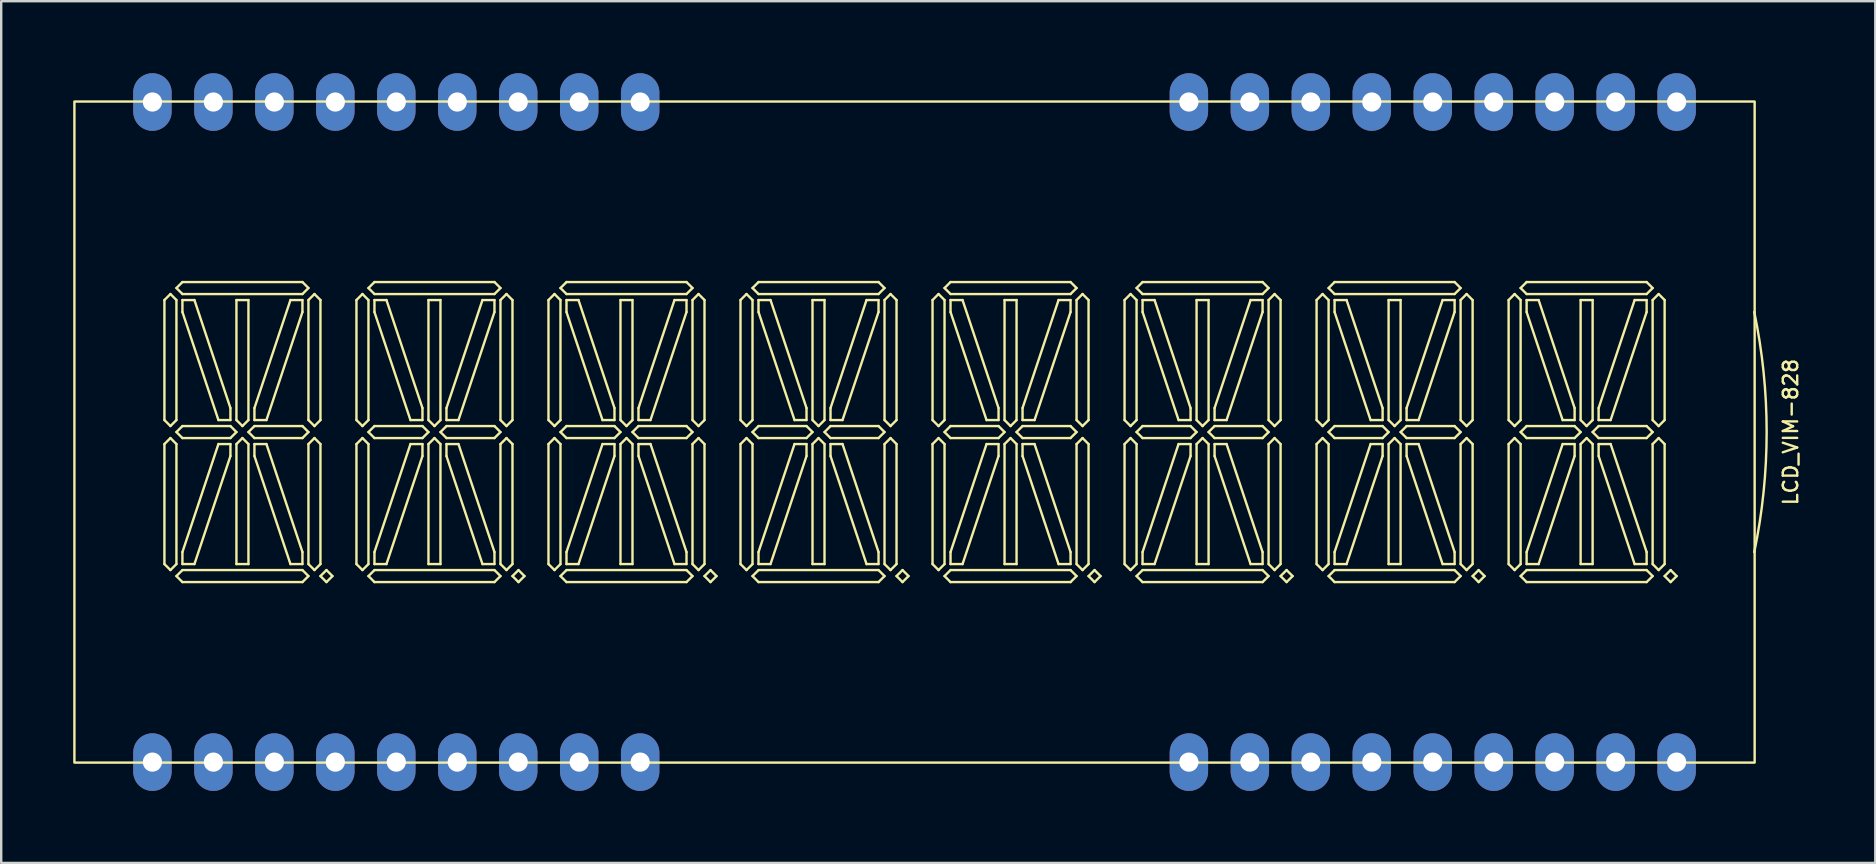
<source format=kicad_pcb>
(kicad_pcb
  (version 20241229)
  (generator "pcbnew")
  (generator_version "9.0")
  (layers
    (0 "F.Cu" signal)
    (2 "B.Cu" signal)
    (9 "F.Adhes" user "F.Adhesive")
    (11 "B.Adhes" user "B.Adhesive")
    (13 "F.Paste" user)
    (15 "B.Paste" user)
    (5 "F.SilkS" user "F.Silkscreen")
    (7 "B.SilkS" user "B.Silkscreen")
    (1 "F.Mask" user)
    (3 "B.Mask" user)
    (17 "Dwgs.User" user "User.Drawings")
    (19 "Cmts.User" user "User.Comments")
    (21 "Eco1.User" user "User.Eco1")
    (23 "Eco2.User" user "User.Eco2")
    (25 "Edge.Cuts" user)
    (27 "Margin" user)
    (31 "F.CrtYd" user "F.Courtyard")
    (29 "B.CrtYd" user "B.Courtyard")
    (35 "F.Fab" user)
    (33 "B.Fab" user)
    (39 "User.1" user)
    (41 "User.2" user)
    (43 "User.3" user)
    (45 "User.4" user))
  (footprint "LCD_VIM-828"
    (layer "F.Cu")
    (at 35.05 14.95)
    (property "Reference" "LCD_VIM-828" (at 36.5 0 90) (unlocked yes) (layer "F.SilkS") (effects (font (size 0.6 0.6) (thickness 0.1))))
    (attr through_hole)
    (fp_line (start -31.25 -5.5) (end -31 -5.75) (stroke (width 0.1) (type solid)) (layer "F.SilkS"))
    (fp_line (start -31.25 -0.5) (end -31.25 -5.5) (stroke (width 0.1) (type solid)) (layer "F.SilkS"))
    (fp_line (start -31.25 0.5) (end -31 0.25) (stroke (width 0.1) (type solid)) (layer "F.SilkS"))
    (fp_line (start -31.25 5.5) (end -31.25 0.5) (stroke (width 0.1) (type solid)) (layer "F.SilkS"))
    (fp_line (start -31 -5.75) (end -30.75 -5.5) (stroke (width 0.1) (type solid)) (layer "F.SilkS"))
    (fp_line (start -31 -0.25) (end -31.25 -0.5) (stroke (width 0.1) (type solid)) (layer "F.SilkS"))
    (fp_line (start -31 0.25) (end -30.75 0.5) (stroke (width 0.1) (type solid)) (layer "F.SilkS"))
    (fp_line (start -31 5.75) (end -31.25 5.5) (stroke (width 0.1) (type solid)) (layer "F.SilkS"))
    (fp_line (start -30.75 -6) (end -30.5 -6.25) (stroke (width 0.1) (type solid)) (layer "F.SilkS"))
    (fp_line (start -30.75 -5.5) (end -30.75 -0.5) (stroke (width 0.1) (type solid)) (layer "F.SilkS"))
    (fp_line (start -30.75 -0.5) (end -31 -0.25) (stroke (width 0.1) (type solid)) (layer "F.SilkS"))
    (fp_line (start -30.75 0) (end -30.5 -0.25) (stroke (width 0.1) (type solid)) (layer "F.SilkS"))
    (fp_line (start -30.75 0.5) (end -30.75 5.5) (stroke (width 0.1) (type solid)) (layer "F.SilkS"))
    (fp_line (start -30.75 5.5) (end -31 5.75) (stroke (width 0.1) (type solid)) (layer "F.SilkS"))
    (fp_line (start -30.75 6) (end -30.5 5.75) (stroke (width 0.1) (type solid)) (layer "F.SilkS"))
    (fp_line (start -30.5 -6.25) (end -25.5 -6.25) (stroke (width 0.1) (type solid)) (layer "F.SilkS"))
    (fp_line (start -30.5 -5.75) (end -30.75 -6) (stroke (width 0.1) (type solid)) (layer "F.SilkS"))
    (fp_line (start -30.5 -5.5) (end -30.5 -5) (stroke (width 0.1) (type solid)) (layer "F.SilkS"))
    (fp_line (start -30.5 -5) (end -29 -0.5) (stroke (width 0.1) (type solid)) (layer "F.SilkS"))
    (fp_line (start -30.5 -0.25) (end -28.5 -0.25) (stroke (width 0.1) (type solid)) (layer "F.SilkS"))
    (fp_line (start -30.5 0.25) (end -30.75 0) (stroke (width 0.1) (type solid)) (layer "F.SilkS"))
    (fp_line (start -30.5 5) (end -30.5 5.5) (stroke (width 0.1) (type solid)) (layer "F.SilkS"))
    (fp_line (start -30.5 5.5) (end -30 5.5) (stroke (width 0.1) (type solid)) (layer "F.SilkS"))
    (fp_line (start -30.5 5.75) (end -25.5 5.75) (stroke (width 0.1) (type solid)) (layer "F.SilkS"))
    (fp_line (start -30.5 6.25) (end -30.75 6) (stroke (width 0.1) (type solid)) (layer "F.SilkS"))
    (fp_line (start -30 -5.5) (end -30.5 -5.5) (stroke (width 0.1) (type solid)) (layer "F.SilkS"))
    (fp_line (start -30 5.5) (end -28.5 1) (stroke (width 0.1) (type solid)) (layer "F.SilkS"))
    (fp_line (start -29 -0.5) (end -28.5 -0.5) (stroke (width 0.1) (type solid)) (layer "F.SilkS"))
    (fp_line (start -29 0.5) (end -30.5 5) (stroke (width 0.1) (type solid)) (layer "F.SilkS"))
    (fp_line (start -28.5 -1) (end -30 -5.5) (stroke (width 0.1) (type solid)) (layer "F.SilkS"))
    (fp_line (start -28.5 -0.5) (end -28.5 -1) (stroke (width 0.1) (type solid)) (layer "F.SilkS"))
    (fp_line (start -28.5 -0.25) (end -28.25 0) (stroke (width 0.1) (type solid)) (layer "F.SilkS"))
    (fp_line (start -28.5 0.25) (end -30.5 0.25) (stroke (width 0.1) (type solid)) (layer "F.SilkS"))
    (fp_line (start -28.5 0.5) (end -29 0.5) (stroke (width 0.1) (type solid)) (layer "F.SilkS"))
    (fp_line (start -28.5 1) (end -28.5 0.5) (stroke (width 0.1) (type solid)) (layer "F.SilkS"))
    (fp_line (start -28.25 -5.5) (end -28.25 -0.5) (stroke (width 0.1) (type solid)) (layer "F.SilkS"))
    (fp_line (start -28.25 -0.5) (end -28 -0.25) (stroke (width 0.1) (type solid)) (layer "F.SilkS"))
    (fp_line (start -28.25 0) (end -28.5 0.25) (stroke (width 0.1) (type solid)) (layer "F.SilkS"))
    (fp_line (start -28.25 0.5) (end -28.25 5.5) (stroke (width 0.1) (type solid)) (layer "F.SilkS"))
    (fp_line (start -28.25 5.5) (end -27.75 5.5) (stroke (width 0.1) (type solid)) (layer "F.SilkS"))
    (fp_line (start -28 -0.25) (end -27.75 -0.5) (stroke (width 0.1) (type solid)) (layer "F.SilkS"))
    (fp_line (start -28 0.25) (end -28.25 0.5) (stroke (width 0.1) (type solid)) (layer "F.SilkS"))
    (fp_line (start -27.75 -5.5) (end -28.25 -5.5) (stroke (width 0.1) (type solid)) (layer "F.SilkS"))
    (fp_line (start -27.75 -0.5) (end -27.75 -5.5) (stroke (width 0.1) (type solid)) (layer "F.SilkS"))
    (fp_line (start -27.75 0) (end -27.5 -0.25) (stroke (width 0.1) (type solid)) (layer "F.SilkS"))
    (fp_line (start -27.75 0.5) (end -28 0.25) (stroke (width 0.1) (type solid)) (layer "F.SilkS"))
    (fp_line (start -27.75 5.5) (end -27.75 0.5) (stroke (width 0.1) (type solid)) (layer "F.SilkS"))
    (fp_line (start -27.5 -1) (end -27.5 -0.5) (stroke (width 0.1) (type solid)) (layer "F.SilkS"))
    (fp_line (start -27.5 -0.5) (end -27 -0.5) (stroke (width 0.1) (type solid)) (layer "F.SilkS"))
    (fp_line (start -27.5 -0.25) (end -25.5 -0.25) (stroke (width 0.1) (type solid)) (layer "F.SilkS"))
    (fp_line (start -27.5 0.25) (end -27.75 0) (stroke (width 0.1) (type solid)) (layer "F.SilkS"))
    (fp_line (start -27.5 0.5) (end -27 0.5) (stroke (width 0.1) (type solid)) (layer "F.SilkS"))
    (fp_line (start -27.5 1) (end -27.5 0.5) (stroke (width 0.1) (type solid)) (layer "F.SilkS"))
    (fp_line (start -27 -0.5) (end -25.5 -5) (stroke (width 0.1) (type solid)) (layer "F.SilkS"))
    (fp_line (start -27 0.5) (end -25.5 5) (stroke (width 0.1) (type solid)) (layer "F.SilkS"))
    (fp_line (start -26 -5.5) (end -27.5 -1) (stroke (width 0.1) (type solid)) (layer "F.SilkS"))
    (fp_line (start -26 5.5) (end -27.5 1) (stroke (width 0.1) (type solid)) (layer "F.SilkS"))
    (fp_line (start -25.5 -6.25) (end -25.25 -6) (stroke (width 0.1) (type solid)) (layer "F.SilkS"))
    (fp_line (start -25.5 -5.75) (end -30.5 -5.75) (stroke (width 0.1) (type solid)) (layer "F.SilkS"))
    (fp_line (start -25.5 -5.5) (end -26 -5.5) (stroke (width 0.1) (type solid)) (layer "F.SilkS"))
    (fp_line (start -25.5 -5) (end -25.5 -5.5) (stroke (width 0.1) (type solid)) (layer "F.SilkS"))
    (fp_line (start -25.5 -0.25) (end -25.25 0) (stroke (width 0.1) (type solid)) (layer "F.SilkS"))
    (fp_line (start -25.5 0.25) (end -27.5 0.25) (stroke (width 0.1) (type solid)) (layer "F.SilkS"))
    (fp_line (start -25.5 5) (end -25.5 5.5) (stroke (width 0.1) (type solid)) (layer "F.SilkS"))
    (fp_line (start -25.5 5.5) (end -26 5.5) (stroke (width 0.1) (type solid)) (layer "F.SilkS"))
    (fp_line (start -25.5 5.75) (end -25.25 6) (stroke (width 0.1) (type solid)) (layer "F.SilkS"))
    (fp_line (start -25.5 6.25) (end -30.5 6.25) (stroke (width 0.1) (type solid)) (layer "F.SilkS"))
    (fp_line (start -25.25 -6) (end -25.5 -5.75) (stroke (width 0.1) (type solid)) (layer "F.SilkS"))
    (fp_line (start -25.25 -5.5) (end -25 -5.75) (stroke (width 0.1) (type solid)) (layer "F.SilkS"))
    (fp_line (start -25.25 -0.5) (end -25.25 -5.5) (stroke (width 0.1) (type solid)) (layer "F.SilkS"))
    (fp_line (start -25.25 0) (end -25.5 0.25) (stroke (width 0.1) (type solid)) (layer "F.SilkS"))
    (fp_line (start -25.25 0.5) (end -25 0.25) (stroke (width 0.1) (type solid)) (layer "F.SilkS"))
    (fp_line (start -25.25 5.5) (end -25.25 0.5) (stroke (width 0.1) (type solid)) (layer "F.SilkS"))
    (fp_line (start -25.25 6) (end -25.5 6.25) (stroke (width 0.1) (type solid)) (layer "F.SilkS"))
    (fp_line (start -25 -5.75) (end -24.75 -5.5) (stroke (width 0.1) (type solid)) (layer "F.SilkS"))
    (fp_line (start -25 -0.25) (end -25.25 -0.5) (stroke (width 0.1) (type solid)) (layer "F.SilkS"))
    (fp_line (start -25 0.25) (end -24.75 0.5) (stroke (width 0.1) (type solid)) (layer "F.SilkS"))
    (fp_line (start -25 5.75) (end -25.25 5.5) (stroke (width 0.1) (type solid)) (layer "F.SilkS"))
    (fp_line (start -24.75 -5.5) (end -24.75 -0.5) (stroke (width 0.1) (type solid)) (layer "F.SilkS"))
    (fp_line (start -24.75 -0.5) (end -25 -0.25) (stroke (width 0.1) (type solid)) (layer "F.SilkS"))
    (fp_line (start -24.75 0.5) (end -24.75 5.5) (stroke (width 0.1) (type solid)) (layer "F.SilkS"))
    (fp_line (start -24.75 5.5) (end -25 5.75) (stroke (width 0.1) (type solid)) (layer "F.SilkS"))
    (fp_line (start -24.75 6) (end -24.5 5.75) (stroke (width 0.1) (type solid)) (layer "F.SilkS"))
    (fp_line (start -24.5 5.75) (end -24.25 6) (stroke (width 0.1) (type solid)) (layer "F.SilkS"))
    (fp_line (start -24.5 6.25) (end -24.75 6) (stroke (width 0.1) (type solid)) (layer "F.SilkS"))
    (fp_line (start -24.25 6) (end -24.5 6.25) (stroke (width 0.1) (type solid)) (layer "F.SilkS"))
    (fp_line (start -23.25 -5.5) (end -23 -5.75) (stroke (width 0.1) (type solid)) (layer "F.SilkS"))
    (fp_line (start -23.25 -0.5) (end -23.25 -5.5) (stroke (width 0.1) (type solid)) (layer "F.SilkS"))
    (fp_line (start -23.25 0.5) (end -23 0.25) (stroke (width 0.1) (type solid)) (layer "F.SilkS"))
    (fp_line (start -23.25 5.5) (end -23.25 0.5) (stroke (width 0.1) (type solid)) (layer "F.SilkS"))
    (fp_line (start -23 -5.75) (end -22.75 -5.5) (stroke (width 0.1) (type solid)) (layer "F.SilkS"))
    (fp_line (start -23 -0.25) (end -23.25 -0.5) (stroke (width 0.1) (type solid)) (layer "F.SilkS"))
    (fp_line (start -23 0.25) (end -22.75 0.5) (stroke (width 0.1) (type solid)) (layer "F.SilkS"))
    (fp_line (start -23 5.75) (end -23.25 5.5) (stroke (width 0.1) (type solid)) (layer "F.SilkS"))
    (fp_line (start -22.75 -6) (end -22.5 -6.25) (stroke (width 0.1) (type solid)) (layer "F.SilkS"))
    (fp_line (start -22.75 -5.5) (end -22.75 -0.5) (stroke (width 0.1) (type solid)) (layer "F.SilkS"))
    (fp_line (start -22.75 -0.5) (end -23 -0.25) (stroke (width 0.1) (type solid)) (layer "F.SilkS"))
    (fp_line (start -22.75 0) (end -22.5 -0.25) (stroke (width 0.1) (type solid)) (layer "F.SilkS"))
    (fp_line (start -22.75 0.5) (end -22.75 5.5) (stroke (width 0.1) (type solid)) (layer "F.SilkS"))
    (fp_line (start -22.75 5.5) (end -23 5.75) (stroke (width 0.1) (type solid)) (layer "F.SilkS"))
    (fp_line (start -22.75 6) (end -22.5 5.75) (stroke (width 0.1) (type solid)) (layer "F.SilkS"))
    (fp_line (start -22.5 -6.25) (end -17.5 -6.25) (stroke (width 0.1) (type solid)) (layer "F.SilkS"))
    (fp_line (start -22.5 -5.75) (end -22.75 -6) (stroke (width 0.1) (type solid)) (layer "F.SilkS"))
    (fp_line (start -22.5 -5.5) (end -22.5 -5) (stroke (width 0.1) (type solid)) (layer "F.SilkS"))
    (fp_line (start -22.5 -5) (end -21 -0.5) (stroke (width 0.1) (type solid)) (layer "F.SilkS"))
    (fp_line (start -22.5 -0.25) (end -20.5 -0.25) (stroke (width 0.1) (type solid)) (layer "F.SilkS"))
    (fp_line (start -22.5 0.25) (end -22.75 0) (stroke (width 0.1) (type solid)) (layer "F.SilkS"))
    (fp_line (start -22.5 5) (end -22.5 5.5) (stroke (width 0.1) (type solid)) (layer "F.SilkS"))
    (fp_line (start -22.5 5.5) (end -22 5.5) (stroke (width 0.1) (type solid)) (layer "F.SilkS"))
    (fp_line (start -22.5 5.75) (end -17.5 5.75) (stroke (width 0.1) (type solid)) (layer "F.SilkS"))
    (fp_line (start -22.5 6.25) (end -22.75 6) (stroke (width 0.1) (type solid)) (layer "F.SilkS"))
    (fp_line (start -22 -5.5) (end -22.5 -5.5) (stroke (width 0.1) (type solid)) (layer "F.SilkS"))
    (fp_line (start -22 5.5) (end -20.5 1) (stroke (width 0.1) (type solid)) (layer "F.SilkS"))
    (fp_line (start -21 -0.5) (end -20.5 -0.5) (stroke (width 0.1) (type solid)) (layer "F.SilkS"))
    (fp_line (start -21 0.5) (end -22.5 5) (stroke (width 0.1) (type solid)) (layer "F.SilkS"))
    (fp_line (start -20.5 -1) (end -22 -5.5) (stroke (width 0.1) (type solid)) (layer "F.SilkS"))
    (fp_line (start -20.5 -0.5) (end -20.5 -1) (stroke (width 0.1) (type solid)) (layer "F.SilkS"))
    (fp_line (start -20.5 -0.25) (end -20.25 0) (stroke (width 0.1) (type solid)) (layer "F.SilkS"))
    (fp_line (start -20.5 0.25) (end -22.5 0.25) (stroke (width 0.1) (type solid)) (layer "F.SilkS"))
    (fp_line (start -20.5 0.5) (end -21 0.5) (stroke (width 0.1) (type solid)) (layer "F.SilkS"))
    (fp_line (start -20.5 1) (end -20.5 0.5) (stroke (width 0.1) (type solid)) (layer "F.SilkS"))
    (fp_line (start -20.25 -5.5) (end -20.25 -0.5) (stroke (width 0.1) (type solid)) (layer "F.SilkS"))
    (fp_line (start -20.25 -0.5) (end -20 -0.25) (stroke (width 0.1) (type solid)) (layer "F.SilkS"))
    (fp_line (start -20.25 0) (end -20.5 0.25) (stroke (width 0.1) (type solid)) (layer "F.SilkS"))
    (fp_line (start -20.25 0.5) (end -20.25 5.5) (stroke (width 0.1) (type solid)) (layer "F.SilkS"))
    (fp_line (start -20.25 5.5) (end -19.75 5.5) (stroke (width 0.1) (type solid)) (layer "F.SilkS"))
    (fp_line (start -20 -0.25) (end -19.75 -0.5) (stroke (width 0.1) (type solid)) (layer "F.SilkS"))
    (fp_line (start -20 0.25) (end -20.25 0.5) (stroke (width 0.1) (type solid)) (layer "F.SilkS"))
    (fp_line (start -19.75 -5.5) (end -20.25 -5.5) (stroke (width 0.1) (type solid)) (layer "F.SilkS"))
    (fp_line (start -19.75 -0.5) (end -19.75 -5.5) (stroke (width 0.1) (type solid)) (layer "F.SilkS"))
    (fp_line (start -19.75 0) (end -19.5 -0.25) (stroke (width 0.1) (type solid)) (layer "F.SilkS"))
    (fp_line (start -19.75 0.5) (end -20 0.25) (stroke (width 0.1) (type solid)) (layer "F.SilkS"))
    (fp_line (start -19.75 5.5) (end -19.75 0.5) (stroke (width 0.1) (type solid)) (layer "F.SilkS"))
    (fp_line (start -19.5 -1) (end -19.5 -0.5) (stroke (width 0.1) (type solid)) (layer "F.SilkS"))
    (fp_line (start -19.5 -0.5) (end -19 -0.5) (stroke (width 0.1) (type solid)) (layer "F.SilkS"))
    (fp_line (start -19.5 -0.25) (end -17.5 -0.25) (stroke (width 0.1) (type solid)) (layer "F.SilkS"))
    (fp_line (start -19.5 0.25) (end -19.75 0) (stroke (width 0.1) (type solid)) (layer "F.SilkS"))
    (fp_line (start -19.5 0.5) (end -19 0.5) (stroke (width 0.1) (type solid)) (layer "F.SilkS"))
    (fp_line (start -19.5 1) (end -19.5 0.5) (stroke (width 0.1) (type solid)) (layer "F.SilkS"))
    (fp_line (start -19 -0.5) (end -17.5 -5) (stroke (width 0.1) (type solid)) (layer "F.SilkS"))
    (fp_line (start -19 0.5) (end -17.5 5) (stroke (width 0.1) (type solid)) (layer "F.SilkS"))
    (fp_line (start -18 -5.5) (end -19.5 -1) (stroke (width 0.1) (type solid)) (layer "F.SilkS"))
    (fp_line (start -18 5.5) (end -19.5 1) (stroke (width 0.1) (type solid)) (layer "F.SilkS"))
    (fp_line (start -17.5 -6.25) (end -17.25 -6) (stroke (width 0.1) (type solid)) (layer "F.SilkS"))
    (fp_line (start -17.5 -5.75) (end -22.5 -5.75) (stroke (width 0.1) (type solid)) (layer "F.SilkS"))
    (fp_line (start -17.5 -5.5) (end -18 -5.5) (stroke (width 0.1) (type solid)) (layer "F.SilkS"))
    (fp_line (start -17.5 -5) (end -17.5 -5.5) (stroke (width 0.1) (type solid)) (layer "F.SilkS"))
    (fp_line (start -17.5 -0.25) (end -17.25 0) (stroke (width 0.1) (type solid)) (layer "F.SilkS"))
    (fp_line (start -17.5 0.25) (end -19.5 0.25) (stroke (width 0.1) (type solid)) (layer "F.SilkS"))
    (fp_line (start -17.5 5) (end -17.5 5.5) (stroke (width 0.1) (type solid)) (layer "F.SilkS"))
    (fp_line (start -17.5 5.5) (end -18 5.5) (stroke (width 0.1) (type solid)) (layer "F.SilkS"))
    (fp_line (start -17.5 5.75) (end -17.25 6) (stroke (width 0.1) (type solid)) (layer "F.SilkS"))
    (fp_line (start -17.5 6.25) (end -22.5 6.25) (stroke (width 0.1) (type solid)) (layer "F.SilkS"))
    (fp_line (start -17.25 -6) (end -17.5 -5.75) (stroke (width 0.1) (type solid)) (layer "F.SilkS"))
    (fp_line (start -17.25 -5.5) (end -17 -5.75) (stroke (width 0.1) (type solid)) (layer "F.SilkS"))
    (fp_line (start -17.25 -0.5) (end -17.25 -5.5) (stroke (width 0.1) (type solid)) (layer "F.SilkS"))
    (fp_line (start -17.25 0) (end -17.5 0.25) (stroke (width 0.1) (type solid)) (layer "F.SilkS"))
    (fp_line (start -17.25 0.5) (end -17 0.25) (stroke (width 0.1) (type solid)) (layer "F.SilkS"))
    (fp_line (start -17.25 5.5) (end -17.25 0.5) (stroke (width 0.1) (type solid)) (layer "F.SilkS"))
    (fp_line (start -17.25 6) (end -17.5 6.25) (stroke (width 0.1) (type solid)) (layer "F.SilkS"))
    (fp_line (start -17 -5.75) (end -16.75 -5.5) (stroke (width 0.1) (type solid)) (layer "F.SilkS"))
    (fp_line (start -17 -0.25) (end -17.25 -0.5) (stroke (width 0.1) (type solid)) (layer "F.SilkS"))
    (fp_line (start -17 0.25) (end -16.75 0.5) (stroke (width 0.1) (type solid)) (layer "F.SilkS"))
    (fp_line (start -17 5.75) (end -17.25 5.5) (stroke (width 0.1) (type solid)) (layer "F.SilkS"))
    (fp_line (start -16.75 -5.5) (end -16.75 -0.5) (stroke (width 0.1) (type solid)) (layer "F.SilkS"))
    (fp_line (start -16.75 -0.5) (end -17 -0.25) (stroke (width 0.1) (type solid)) (layer "F.SilkS"))
    (fp_line (start -16.75 0.5) (end -16.75 5.5) (stroke (width 0.1) (type solid)) (layer "F.SilkS"))
    (fp_line (start -16.75 5.5) (end -17 5.75) (stroke (width 0.1) (type solid)) (layer "F.SilkS"))
    (fp_line (start -16.75 6) (end -16.5 5.75) (stroke (width 0.1) (type solid)) (layer "F.SilkS"))
    (fp_line (start -16.5 5.75) (end -16.25 6) (stroke (width 0.1) (type solid)) (layer "F.SilkS"))
    (fp_line (start -16.5 6.25) (end -16.75 6) (stroke (width 0.1) (type solid)) (layer "F.SilkS"))
    (fp_line (start -16.25 6) (end -16.5 6.25) (stroke (width 0.1) (type solid)) (layer "F.SilkS"))
    (fp_line (start -15.25 -5.5) (end -15 -5.75) (stroke (width 0.1) (type solid)) (layer "F.SilkS"))
    (fp_line (start -15.25 -0.5) (end -15.25 -5.5) (stroke (width 0.1) (type solid)) (layer "F.SilkS"))
    (fp_line (start -15.25 0.5) (end -15 0.25) (stroke (width 0.1) (type solid)) (layer "F.SilkS"))
    (fp_line (start -15.25 5.5) (end -15.25 0.5) (stroke (width 0.1) (type solid)) (layer "F.SilkS"))
    (fp_line (start -15 -5.75) (end -14.75 -5.5) (stroke (width 0.1) (type solid)) (layer "F.SilkS"))
    (fp_line (start -15 -0.25) (end -15.25 -0.5) (stroke (width 0.1) (type solid)) (layer "F.SilkS"))
    (fp_line (start -15 0.25) (end -14.75 0.5) (stroke (width 0.1) (type solid)) (layer "F.SilkS"))
    (fp_line (start -15 5.75) (end -15.25 5.5) (stroke (width 0.1) (type solid)) (layer "F.SilkS"))
    (fp_line (start -14.75 -6) (end -14.5 -6.25) (stroke (width 0.1) (type solid)) (layer "F.SilkS"))
    (fp_line (start -14.75 -5.5) (end -14.75 -0.5) (stroke (width 0.1) (type solid)) (layer "F.SilkS"))
    (fp_line (start -14.75 -0.5) (end -15 -0.25) (stroke (width 0.1) (type solid)) (layer "F.SilkS"))
    (fp_line (start -14.75 0) (end -14.5 -0.25) (stroke (width 0.1) (type solid)) (layer "F.SilkS"))
    (fp_line (start -14.75 0.5) (end -14.75 5.5) (stroke (width 0.1) (type solid)) (layer "F.SilkS"))
    (fp_line (start -14.75 5.5) (end -15 5.75) (stroke (width 0.1) (type solid)) (layer "F.SilkS"))
    (fp_line (start -14.75 6) (end -14.5 5.75) (stroke (width 0.1) (type solid)) (layer "F.SilkS"))
    (fp_line (start -14.5 -6.25) (end -9.5 -6.25) (stroke (width 0.1) (type solid)) (layer "F.SilkS"))
    (fp_line (start -14.5 -5.75) (end -14.75 -6) (stroke (width 0.1) (type solid)) (layer "F.SilkS"))
    (fp_line (start -14.5 -5.5) (end -14.5 -5) (stroke (width 0.1) (type solid)) (layer "F.SilkS"))
    (fp_line (start -14.5 -5) (end -13 -0.5) (stroke (width 0.1) (type solid)) (layer "F.SilkS"))
    (fp_line (start -14.5 -0.25) (end -12.5 -0.25) (stroke (width 0.1) (type solid)) (layer "F.SilkS"))
    (fp_line (start -14.5 0.25) (end -14.75 0) (stroke (width 0.1) (type solid)) (layer "F.SilkS"))
    (fp_line (start -14.5 5) (end -14.5 5.5) (stroke (width 0.1) (type solid)) (layer "F.SilkS"))
    (fp_line (start -14.5 5.5) (end -14 5.5) (stroke (width 0.1) (type solid)) (layer "F.SilkS"))
    (fp_line (start -14.5 5.75) (end -9.5 5.75) (stroke (width 0.1) (type solid)) (layer "F.SilkS"))
    (fp_line (start -14.5 6.25) (end -14.75 6) (stroke (width 0.1) (type solid)) (layer "F.SilkS"))
    (fp_line (start -14 -5.5) (end -14.5 -5.5) (stroke (width 0.1) (type solid)) (layer "F.SilkS"))
    (fp_line (start -14 5.5) (end -12.5 1) (stroke (width 0.1) (type solid)) (layer "F.SilkS"))
    (fp_line (start -13 -0.5) (end -12.5 -0.5) (stroke (width 0.1) (type solid)) (layer "F.SilkS"))
    (fp_line (start -13 0.5) (end -14.5 5) (stroke (width 0.1) (type solid)) (layer "F.SilkS"))
    (fp_line (start -12.5 -1) (end -14 -5.5) (stroke (width 0.1) (type solid)) (layer "F.SilkS"))
    (fp_line (start -12.5 -0.5) (end -12.5 -1) (stroke (width 0.1) (type solid)) (layer "F.SilkS"))
    (fp_line (start -12.5 -0.25) (end -12.25 0) (stroke (width 0.1) (type solid)) (layer "F.SilkS"))
    (fp_line (start -12.5 0.25) (end -14.5 0.25) (stroke (width 0.1) (type solid)) (layer "F.SilkS"))
    (fp_line (start -12.5 0.5) (end -13 0.5) (stroke (width 0.1) (type solid)) (layer "F.SilkS"))
    (fp_line (start -12.5 1) (end -12.5 0.5) (stroke (width 0.1) (type solid)) (layer "F.SilkS"))
    (fp_line (start -12.25 -5.5) (end -12.25 -0.5) (stroke (width 0.1) (type solid)) (layer "F.SilkS"))
    (fp_line (start -12.25 -0.5) (end -12 -0.25) (stroke (width 0.1) (type solid)) (layer "F.SilkS"))
    (fp_line (start -12.25 0) (end -12.5 0.25) (stroke (width 0.1) (type solid)) (layer "F.SilkS"))
    (fp_line (start -12.25 0.5) (end -12.25 5.5) (stroke (width 0.1) (type solid)) (layer "F.SilkS"))
    (fp_line (start -12.25 5.5) (end -11.75 5.5) (stroke (width 0.1) (type solid)) (layer "F.SilkS"))
    (fp_line (start -12 -0.25) (end -11.75 -0.5) (stroke (width 0.1) (type solid)) (layer "F.SilkS"))
    (fp_line (start -12 0.25) (end -12.25 0.5) (stroke (width 0.1) (type solid)) (layer "F.SilkS"))
    (fp_line (start -11.75 -5.5) (end -12.25 -5.5) (stroke (width 0.1) (type solid)) (layer "F.SilkS"))
    (fp_line (start -11.75 -0.5) (end -11.75 -5.5) (stroke (width 0.1) (type solid)) (layer "F.SilkS"))
    (fp_line (start -11.75 0) (end -11.5 -0.25) (stroke (width 0.1) (type solid)) (layer "F.SilkS"))
    (fp_line (start -11.75 0.5) (end -12 0.25) (stroke (width 0.1) (type solid)) (layer "F.SilkS"))
    (fp_line (start -11.75 5.5) (end -11.75 0.5) (stroke (width 0.1) (type solid)) (layer "F.SilkS"))
    (fp_line (start -11.5 -1) (end -11.5 -0.5) (stroke (width 0.1) (type solid)) (layer "F.SilkS"))
    (fp_line (start -11.5 -0.5) (end -11 -0.5) (stroke (width 0.1) (type solid)) (layer "F.SilkS"))
    (fp_line (start -11.5 -0.25) (end -9.5 -0.25) (stroke (width 0.1) (type solid)) (layer "F.SilkS"))
    (fp_line (start -11.5 0.25) (end -11.75 0) (stroke (width 0.1) (type solid)) (layer "F.SilkS"))
    (fp_line (start -11.5 0.5) (end -11 0.5) (stroke (width 0.1) (type solid)) (layer "F.SilkS"))
    (fp_line (start -11.5 1) (end -11.5 0.5) (stroke (width 0.1) (type solid)) (layer "F.SilkS"))
    (fp_line (start -11 -0.5) (end -9.5 -5) (stroke (width 0.1) (type solid)) (layer "F.SilkS"))
    (fp_line (start -11 0.5) (end -9.5 5) (stroke (width 0.1) (type solid)) (layer "F.SilkS"))
    (fp_line (start -10 -5.5) (end -11.5 -1) (stroke (width 0.1) (type solid)) (layer "F.SilkS"))
    (fp_line (start -10 5.5) (end -11.5 1) (stroke (width 0.1) (type solid)) (layer "F.SilkS"))
    (fp_line (start -9.5 -6.25) (end -9.25 -6) (stroke (width 0.1) (type solid)) (layer "F.SilkS"))
    (fp_line (start -9.5 -5.75) (end -14.5 -5.75) (stroke (width 0.1) (type solid)) (layer "F.SilkS"))
    (fp_line (start -9.5 -5.5) (end -10 -5.5) (stroke (width 0.1) (type solid)) (layer "F.SilkS"))
    (fp_line (start -9.5 -5) (end -9.5 -5.5) (stroke (width 0.1) (type solid)) (layer "F.SilkS"))
    (fp_line (start -9.5 -0.25) (end -9.25 0) (stroke (width 0.1) (type solid)) (layer "F.SilkS"))
    (fp_line (start -9.5 0.25) (end -11.5 0.25) (stroke (width 0.1) (type solid)) (layer "F.SilkS"))
    (fp_line (start -9.5 5) (end -9.5 5.5) (stroke (width 0.1) (type solid)) (layer "F.SilkS"))
    (fp_line (start -9.5 5.5) (end -10 5.5) (stroke (width 0.1) (type solid)) (layer "F.SilkS"))
    (fp_line (start -9.5 5.75) (end -9.25 6) (stroke (width 0.1) (type solid)) (layer "F.SilkS"))
    (fp_line (start -9.5 6.25) (end -14.5 6.25) (stroke (width 0.1) (type solid)) (layer "F.SilkS"))
    (fp_line (start -9.25 -6) (end -9.5 -5.75) (stroke (width 0.1) (type solid)) (layer "F.SilkS"))
    (fp_line (start -9.25 -5.5) (end -9 -5.75) (stroke (width 0.1) (type solid)) (layer "F.SilkS"))
    (fp_line (start -9.25 -0.5) (end -9.25 -5.5) (stroke (width 0.1) (type solid)) (layer "F.SilkS"))
    (fp_line (start -9.25 0) (end -9.5 0.25) (stroke (width 0.1) (type solid)) (layer "F.SilkS"))
    (fp_line (start -9.25 0.5) (end -9 0.25) (stroke (width 0.1) (type solid)) (layer "F.SilkS"))
    (fp_line (start -9.25 5.5) (end -9.25 0.5) (stroke (width 0.1) (type solid)) (layer "F.SilkS"))
    (fp_line (start -9.25 6) (end -9.5 6.25) (stroke (width 0.1) (type solid)) (layer "F.SilkS"))
    (fp_line (start -9 -5.75) (end -8.75 -5.5) (stroke (width 0.1) (type solid)) (layer "F.SilkS"))
    (fp_line (start -9 -0.25) (end -9.25 -0.5) (stroke (width 0.1) (type solid)) (layer "F.SilkS"))
    (fp_line (start -9 0.25) (end -8.75 0.5) (stroke (width 0.1) (type solid)) (layer "F.SilkS"))
    (fp_line (start -9 5.75) (end -9.25 5.5) (stroke (width 0.1) (type solid)) (layer "F.SilkS"))
    (fp_line (start -8.75 -5.5) (end -8.75 -0.5) (stroke (width 0.1) (type solid)) (layer "F.SilkS"))
    (fp_line (start -8.75 -0.5) (end -9 -0.25) (stroke (width 0.1) (type solid)) (layer "F.SilkS"))
    (fp_line (start -8.75 0.5) (end -8.75 5.5) (stroke (width 0.1) (type solid)) (layer "F.SilkS"))
    (fp_line (start -8.75 5.5) (end -9 5.75) (stroke (width 0.1) (type solid)) (layer "F.SilkS"))
    (fp_line (start -8.75 6) (end -8.5 5.75) (stroke (width 0.1) (type solid)) (layer "F.SilkS"))
    (fp_line (start -8.5 5.75) (end -8.25 6) (stroke (width 0.1) (type solid)) (layer "F.SilkS"))
    (fp_line (start -8.5 6.25) (end -8.75 6) (stroke (width 0.1) (type solid)) (layer "F.SilkS"))
    (fp_line (start -8.25 6) (end -8.5 6.25) (stroke (width 0.1) (type solid)) (layer "F.SilkS"))
    (fp_line (start -7.25 -5.5) (end -7 -5.75) (stroke (width 0.1) (type solid)) (layer "F.SilkS"))
    (fp_line (start -7.25 -0.5) (end -7.25 -5.5) (stroke (width 0.1) (type solid)) (layer "F.SilkS"))
    (fp_line (start -7.25 0.5) (end -7 0.25) (stroke (width 0.1) (type solid)) (layer "F.SilkS"))
    (fp_line (start -7.25 5.5) (end -7.25 0.5) (stroke (width 0.1) (type solid)) (layer "F.SilkS"))
    (fp_line (start -7 -5.75) (end -6.75 -5.5) (stroke (width 0.1) (type solid)) (layer "F.SilkS"))
    (fp_line (start -7 -0.25) (end -7.25 -0.5) (stroke (width 0.1) (type solid)) (layer "F.SilkS"))
    (fp_line (start -7 0.25) (end -6.75 0.5) (stroke (width 0.1) (type solid)) (layer "F.SilkS"))
    (fp_line (start -7 5.75) (end -7.25 5.5) (stroke (width 0.1) (type solid)) (layer "F.SilkS"))
    (fp_line (start -6.75 -6) (end -6.5 -6.25) (stroke (width 0.1) (type solid)) (layer "F.SilkS"))
    (fp_line (start -6.75 -5.5) (end -6.75 -0.5) (stroke (width 0.1) (type solid)) (layer "F.SilkS"))
    (fp_line (start -6.75 -0.5) (end -7 -0.25) (stroke (width 0.1) (type solid)) (layer "F.SilkS"))
    (fp_line (start -6.75 0) (end -6.5 -0.25) (stroke (width 0.1) (type solid)) (layer "F.SilkS"))
    (fp_line (start -6.75 0.5) (end -6.75 5.5) (stroke (width 0.1) (type solid)) (layer "F.SilkS"))
    (fp_line (start -6.75 5.5) (end -7 5.75) (stroke (width 0.1) (type solid)) (layer "F.SilkS"))
    (fp_line (start -6.75 6) (end -6.5 5.75) (stroke (width 0.1) (type solid)) (layer "F.SilkS"))
    (fp_line (start -6.5 -6.25) (end -1.5 -6.25) (stroke (width 0.1) (type solid)) (layer "F.SilkS"))
    (fp_line (start -6.5 -5.75) (end -6.75 -6) (stroke (width 0.1) (type solid)) (layer "F.SilkS"))
    (fp_line (start -6.5 -5.5) (end -6.5 -5) (stroke (width 0.1) (type solid)) (layer "F.SilkS"))
    (fp_line (start -6.5 -5) (end -5 -0.5) (stroke (width 0.1) (type solid)) (layer "F.SilkS"))
    (fp_line (start -6.5 -0.25) (end -4.5 -0.25) (stroke (width 0.1) (type solid)) (layer "F.SilkS"))
    (fp_line (start -6.5 0.25) (end -6.75 0) (stroke (width 0.1) (type solid)) (layer "F.SilkS"))
    (fp_line (start -6.5 5) (end -6.5 5.5) (stroke (width 0.1) (type solid)) (layer "F.SilkS"))
    (fp_line (start -6.5 5.5) (end -6 5.5) (stroke (width 0.1) (type solid)) (layer "F.SilkS"))
    (fp_line (start -6.5 5.75) (end -1.5 5.75) (stroke (width 0.1) (type solid)) (layer "F.SilkS"))
    (fp_line (start -6.5 6.25) (end -6.75 6) (stroke (width 0.1) (type solid)) (layer "F.SilkS"))
    (fp_line (start -6 -5.5) (end -6.5 -5.5) (stroke (width 0.1) (type solid)) (layer "F.SilkS"))
    (fp_line (start -6 5.5) (end -4.5 1) (stroke (width 0.1) (type solid)) (layer "F.SilkS"))
    (fp_line (start -5 -0.5) (end -4.5 -0.5) (stroke (width 0.1) (type solid)) (layer "F.SilkS"))
    (fp_line (start -5 0.5) (end -6.5 5) (stroke (width 0.1) (type solid)) (layer "F.SilkS"))
    (fp_line (start -4.5 -1) (end -6 -5.5) (stroke (width 0.1) (type solid)) (layer "F.SilkS"))
    (fp_line (start -4.5 -0.5) (end -4.5 -1) (stroke (width 0.1) (type solid)) (layer "F.SilkS"))
    (fp_line (start -4.5 -0.25) (end -4.25 0) (stroke (width 0.1) (type solid)) (layer "F.SilkS"))
    (fp_line (start -4.5 0.25) (end -6.5 0.25) (stroke (width 0.1) (type solid)) (layer "F.SilkS"))
    (fp_line (start -4.5 0.5) (end -5 0.5) (stroke (width 0.1) (type solid)) (layer "F.SilkS"))
    (fp_line (start -4.5 1) (end -4.5 0.5) (stroke (width 0.1) (type solid)) (layer "F.SilkS"))
    (fp_line (start -4.25 -5.5) (end -4.25 -0.5) (stroke (width 0.1) (type solid)) (layer "F.SilkS"))
    (fp_line (start -4.25 -0.5) (end -4 -0.25) (stroke (width 0.1) (type solid)) (layer "F.SilkS"))
    (fp_line (start -4.25 0) (end -4.5 0.25) (stroke (width 0.1) (type solid)) (layer "F.SilkS"))
    (fp_line (start -4.25 0.5) (end -4.25 5.5) (stroke (width 0.1) (type solid)) (layer "F.SilkS"))
    (fp_line (start -4.25 5.5) (end -3.75 5.5) (stroke (width 0.1) (type solid)) (layer "F.SilkS"))
    (fp_line (start -4 -0.25) (end -3.75 -0.5) (stroke (width 0.1) (type solid)) (layer "F.SilkS"))
    (fp_line (start -4 0.25) (end -4.25 0.5) (stroke (width 0.1) (type solid)) (layer "F.SilkS"))
    (fp_line (start -3.75 -5.5) (end -4.25 -5.5) (stroke (width 0.1) (type solid)) (layer "F.SilkS"))
    (fp_line (start -3.75 -0.5) (end -3.75 -5.5) (stroke (width 0.1) (type solid)) (layer "F.SilkS"))
    (fp_line (start -3.75 0) (end -3.5 -0.25) (stroke (width 0.1) (type solid)) (layer "F.SilkS"))
    (fp_line (start -3.75 0.5) (end -4 0.25) (stroke (width 0.1) (type solid)) (layer "F.SilkS"))
    (fp_line (start -3.75 5.5) (end -3.75 0.5) (stroke (width 0.1) (type solid)) (layer "F.SilkS"))
    (fp_line (start -3.5 -1) (end -3.5 -0.5) (stroke (width 0.1) (type solid)) (layer "F.SilkS"))
    (fp_line (start -3.5 -0.5) (end -3 -0.5) (stroke (width 0.1) (type solid)) (layer "F.SilkS"))
    (fp_line (start -3.5 -0.25) (end -1.5 -0.25) (stroke (width 0.1) (type solid)) (layer "F.SilkS"))
    (fp_line (start -3.5 0.25) (end -3.75 0) (stroke (width 0.1) (type solid)) (layer "F.SilkS"))
    (fp_line (start -3.5 0.5) (end -3 0.5) (stroke (width 0.1) (type solid)) (layer "F.SilkS"))
    (fp_line (start -3.5 1) (end -3.5 0.5) (stroke (width 0.1) (type solid)) (layer "F.SilkS"))
    (fp_line (start -3 -0.5) (end -1.5 -5) (stroke (width 0.1) (type solid)) (layer "F.SilkS"))
    (fp_line (start -3 0.5) (end -1.5 5) (stroke (width 0.1) (type solid)) (layer "F.SilkS"))
    (fp_line (start -2 -5.5) (end -3.5 -1) (stroke (width 0.1) (type solid)) (layer "F.SilkS"))
    (fp_line (start -2 5.5) (end -3.5 1) (stroke (width 0.1) (type solid)) (layer "F.SilkS"))
    (fp_line (start -1.5 -6.25) (end -1.25 -6) (stroke (width 0.1) (type solid)) (layer "F.SilkS"))
    (fp_line (start -1.5 -5.75) (end -6.5 -5.75) (stroke (width 0.1) (type solid)) (layer "F.SilkS"))
    (fp_line (start -1.5 -5.5) (end -2 -5.5) (stroke (width 0.1) (type solid)) (layer "F.SilkS"))
    (fp_line (start -1.5 -5) (end -1.5 -5.5) (stroke (width 0.1) (type solid)) (layer "F.SilkS"))
    (fp_line (start -1.5 -0.25) (end -1.25 0) (stroke (width 0.1) (type solid)) (layer "F.SilkS"))
    (fp_line (start -1.5 0.25) (end -3.5 0.25) (stroke (width 0.1) (type solid)) (layer "F.SilkS"))
    (fp_line (start -1.5 5) (end -1.5 5.5) (stroke (width 0.1) (type solid)) (layer "F.SilkS"))
    (fp_line (start -1.5 5.5) (end -2 5.5) (stroke (width 0.1) (type solid)) (layer "F.SilkS"))
    (fp_line (start -1.5 5.75) (end -1.25 6) (stroke (width 0.1) (type solid)) (layer "F.SilkS"))
    (fp_line (start -1.5 6.25) (end -6.5 6.25) (stroke (width 0.1) (type solid)) (layer "F.SilkS"))
    (fp_line (start -1.25 -6) (end -1.5 -5.75) (stroke (width 0.1) (type solid)) (layer "F.SilkS"))
    (fp_line (start -1.25 -5.5) (end -1 -5.75) (stroke (width 0.1) (type solid)) (layer "F.SilkS"))
    (fp_line (start -1.25 -0.5) (end -1.25 -5.5) (stroke (width 0.1) (type solid)) (layer "F.SilkS"))
    (fp_line (start -1.25 0) (end -1.5 0.25) (stroke (width 0.1) (type solid)) (layer "F.SilkS"))
    (fp_line (start -1.25 0.5) (end -1 0.25) (stroke (width 0.1) (type solid)) (layer "F.SilkS"))
    (fp_line (start -1.25 5.5) (end -1.25 0.5) (stroke (width 0.1) (type solid)) (layer "F.SilkS"))
    (fp_line (start -1.25 6) (end -1.5 6.25) (stroke (width 0.1) (type solid)) (layer "F.SilkS"))
    (fp_line (start -1 -5.75) (end -0.75 -5.5) (stroke (width 0.1) (type solid)) (layer "F.SilkS"))
    (fp_line (start -1 -0.25) (end -1.25 -0.5) (stroke (width 0.1) (type solid)) (layer "F.SilkS"))
    (fp_line (start -1 0.25) (end -0.75 0.5) (stroke (width 0.1) (type solid)) (layer "F.SilkS"))
    (fp_line (start -1 5.75) (end -1.25 5.5) (stroke (width 0.1) (type solid)) (layer "F.SilkS"))
    (fp_line (start -0.75 -5.5) (end -0.75 -0.5) (stroke (width 0.1) (type solid)) (layer "F.SilkS"))
    (fp_line (start -0.75 -0.5) (end -1 -0.25) (stroke (width 0.1) (type solid)) (layer "F.SilkS"))
    (fp_line (start -0.75 0.5) (end -0.75 5.5) (stroke (width 0.1) (type solid)) (layer "F.SilkS"))
    (fp_line (start -0.75 5.5) (end -1 5.75) (stroke (width 0.1) (type solid)) (layer "F.SilkS"))
    (fp_line (start -0.75 6) (end -0.5 5.75) (stroke (width 0.1) (type solid)) (layer "F.SilkS"))
    (fp_line (start -0.5 5.75) (end -0.25 6) (stroke (width 0.1) (type solid)) (layer "F.SilkS"))
    (fp_line (start -0.5 6.25) (end -0.75 6) (stroke (width 0.1) (type solid)) (layer "F.SilkS"))
    (fp_line (start -0.25 6) (end -0.5 6.25) (stroke (width 0.1) (type solid)) (layer "F.SilkS"))
    (fp_line (start 0.75 -5.5) (end 1 -5.75) (stroke (width 0.1) (type solid)) (layer "F.SilkS"))
    (fp_line (start 0.75 -0.5) (end 0.75 -5.5) (stroke (width 0.1) (type solid)) (layer "F.SilkS"))
    (fp_line (start 0.75 0.5) (end 1 0.25) (stroke (width 0.1) (type solid)) (layer "F.SilkS"))
    (fp_line (start 0.75 5.5) (end 0.75 0.5) (stroke (width 0.1) (type solid)) (layer "F.SilkS"))
    (fp_line (start 1 -5.75) (end 1.25 -5.5) (stroke (width 0.1) (type solid)) (layer "F.SilkS"))
    (fp_line (start 1 -0.25) (end 0.75 -0.5) (stroke (width 0.1) (type solid)) (layer "F.SilkS"))
    (fp_line (start 1 0.25) (end 1.25 0.5) (stroke (width 0.1) (type solid)) (layer "F.SilkS"))
    (fp_line (start 1 5.75) (end 0.75 5.5) (stroke (width 0.1) (type solid)) (layer "F.SilkS"))
    (fp_line (start 1.25 -6) (end 1.5 -6.25) (stroke (width 0.1) (type solid)) (layer "F.SilkS"))
    (fp_line (start 1.25 -5.5) (end 1.25 -0.5) (stroke (width 0.1) (type solid)) (layer "F.SilkS"))
    (fp_line (start 1.25 -0.5) (end 1 -0.25) (stroke (width 0.1) (type solid)) (layer "F.SilkS"))
    (fp_line (start 1.25 0) (end 1.5 -0.25) (stroke (width 0.1) (type solid)) (layer "F.SilkS"))
    (fp_line (start 1.25 0.5) (end 1.25 5.5) (stroke (width 0.1) (type solid)) (layer "F.SilkS"))
    (fp_line (start 1.25 5.5) (end 1 5.75) (stroke (width 0.1) (type solid)) (layer "F.SilkS"))
    (fp_line (start 1.25 6) (end 1.5 5.75) (stroke (width 0.1) (type solid)) (layer "F.SilkS"))
    (fp_line (start 1.5 -6.25) (end 6.5 -6.25) (stroke (width 0.1) (type solid)) (layer "F.SilkS"))
    (fp_line (start 1.5 -5.75) (end 1.25 -6) (stroke (width 0.1) (type solid)) (layer "F.SilkS"))
    (fp_line (start 1.5 -5.5) (end 1.5 -5) (stroke (width 0.1) (type solid)) (layer "F.SilkS"))
    (fp_line (start 1.5 -5) (end 3 -0.5) (stroke (width 0.1) (type solid)) (layer "F.SilkS"))
    (fp_line (start 1.5 -0.25) (end 3.5 -0.25) (stroke (width 0.1) (type solid)) (layer "F.SilkS"))
    (fp_line (start 1.5 0.25) (end 1.25 0) (stroke (width 0.1) (type solid)) (layer "F.SilkS"))
    (fp_line (start 1.5 5) (end 1.5 5.5) (stroke (width 0.1) (type solid)) (layer "F.SilkS"))
    (fp_line (start 1.5 5.5) (end 2 5.5) (stroke (width 0.1) (type solid)) (layer "F.SilkS"))
    (fp_line (start 1.5 5.75) (end 6.5 5.75) (stroke (width 0.1) (type solid)) (layer "F.SilkS"))
    (fp_line (start 1.5 6.25) (end 1.25 6) (stroke (width 0.1) (type solid)) (layer "F.SilkS"))
    (fp_line (start 2 -5.5) (end 1.5 -5.5) (stroke (width 0.1) (type solid)) (layer "F.SilkS"))
    (fp_line (start 2 5.5) (end 3.5 1) (stroke (width 0.1) (type solid)) (layer "F.SilkS"))
    (fp_line (start 3 -0.5) (end 3.5 -0.5) (stroke (width 0.1) (type solid)) (layer "F.SilkS"))
    (fp_line (start 3 0.5) (end 1.5 5) (stroke (width 0.1) (type solid)) (layer "F.SilkS"))
    (fp_line (start 3.5 -1) (end 2 -5.5) (stroke (width 0.1) (type solid)) (layer "F.SilkS"))
    (fp_line (start 3.5 -0.5) (end 3.5 -1) (stroke (width 0.1) (type solid)) (layer "F.SilkS"))
    (fp_line (start 3.5 -0.25) (end 3.75 0) (stroke (width 0.1) (type solid)) (layer "F.SilkS"))
    (fp_line (start 3.5 0.25) (end 1.5 0.25) (stroke (width 0.1) (type solid)) (layer "F.SilkS"))
    (fp_line (start 3.5 0.5) (end 3 0.5) (stroke (width 0.1) (type solid)) (layer "F.SilkS"))
    (fp_line (start 3.5 1) (end 3.5 0.5) (stroke (width 0.1) (type solid)) (layer "F.SilkS"))
    (fp_line (start 3.75 -5.5) (end 3.75 -0.5) (stroke (width 0.1) (type solid)) (layer "F.SilkS"))
    (fp_line (start 3.75 -0.5) (end 4 -0.25) (stroke (width 0.1) (type solid)) (layer "F.SilkS"))
    (fp_line (start 3.75 0) (end 3.5 0.25) (stroke (width 0.1) (type solid)) (layer "F.SilkS"))
    (fp_line (start 3.75 0.5) (end 3.75 5.5) (stroke (width 0.1) (type solid)) (layer "F.SilkS"))
    (fp_line (start 3.75 5.5) (end 4.25 5.5) (stroke (width 0.1) (type solid)) (layer "F.SilkS"))
    (fp_line (start 4 -0.25) (end 4.25 -0.5) (stroke (width 0.1) (type solid)) (layer "F.SilkS"))
    (fp_line (start 4 0.25) (end 3.75 0.5) (stroke (width 0.1) (type solid)) (layer "F.SilkS"))
    (fp_line (start 4.25 -5.5) (end 3.75 -5.5) (stroke (width 0.1) (type solid)) (layer "F.SilkS"))
    (fp_line (start 4.25 -0.5) (end 4.25 -5.5) (stroke (width 0.1) (type solid)) (layer "F.SilkS"))
    (fp_line (start 4.25 0) (end 4.5 -0.25) (stroke (width 0.1) (type solid)) (layer "F.SilkS"))
    (fp_line (start 4.25 0.5) (end 4 0.25) (stroke (width 0.1) (type solid)) (layer "F.SilkS"))
    (fp_line (start 4.25 5.5) (end 4.25 0.5) (stroke (width 0.1) (type solid)) (layer "F.SilkS"))
    (fp_line (start 4.5 -1) (end 4.5 -0.5) (stroke (width 0.1) (type solid)) (layer "F.SilkS"))
    (fp_line (start 4.5 -0.5) (end 5 -0.5) (stroke (width 0.1) (type solid)) (layer "F.SilkS"))
    (fp_line (start 4.5 -0.25) (end 6.5 -0.25) (stroke (width 0.1) (type solid)) (layer "F.SilkS"))
    (fp_line (start 4.5 0.25) (end 4.25 0) (stroke (width 0.1) (type solid)) (layer "F.SilkS"))
    (fp_line (start 4.5 0.5) (end 5 0.5) (stroke (width 0.1) (type solid)) (layer "F.SilkS"))
    (fp_line (start 4.5 1) (end 4.5 0.5) (stroke (width 0.1) (type solid)) (layer "F.SilkS"))
    (fp_line (start 5 -0.5) (end 6.5 -5) (stroke (width 0.1) (type solid)) (layer "F.SilkS"))
    (fp_line (start 5 0.5) (end 6.5 5) (stroke (width 0.1) (type solid)) (layer "F.SilkS"))
    (fp_line (start 6 -5.5) (end 4.5 -1) (stroke (width 0.1) (type solid)) (layer "F.SilkS"))
    (fp_line (start 6 5.5) (end 4.5 1) (stroke (width 0.1) (type solid)) (layer "F.SilkS"))
    (fp_line (start 6.5 -6.25) (end 6.75 -6) (stroke (width 0.1) (type solid)) (layer "F.SilkS"))
    (fp_line (start 6.5 -5.75) (end 1.5 -5.75) (stroke (width 0.1) (type solid)) (layer "F.SilkS"))
    (fp_line (start 6.5 -5.5) (end 6 -5.5) (stroke (width 0.1) (type solid)) (layer "F.SilkS"))
    (fp_line (start 6.5 -5) (end 6.5 -5.5) (stroke (width 0.1) (type solid)) (layer "F.SilkS"))
    (fp_line (start 6.5 -0.25) (end 6.75 0) (stroke (width 0.1) (type solid)) (layer "F.SilkS"))
    (fp_line (start 6.5 0.25) (end 4.5 0.25) (stroke (width 0.1) (type solid)) (layer "F.SilkS"))
    (fp_line (start 6.5 5) (end 6.5 5.5) (stroke (width 0.1) (type solid)) (layer "F.SilkS"))
    (fp_line (start 6.5 5.5) (end 6 5.5) (stroke (width 0.1) (type solid)) (layer "F.SilkS"))
    (fp_line (start 6.5 5.75) (end 6.75 6) (stroke (width 0.1) (type solid)) (layer "F.SilkS"))
    (fp_line (start 6.5 6.25) (end 1.5 6.25) (stroke (width 0.1) (type solid)) (layer "F.SilkS"))
    (fp_line (start 6.75 -6) (end 6.5 -5.75) (stroke (width 0.1) (type solid)) (layer "F.SilkS"))
    (fp_line (start 6.75 -5.5) (end 7 -5.75) (stroke (width 0.1) (type solid)) (layer "F.SilkS"))
    (fp_line (start 6.75 -0.5) (end 6.75 -5.5) (stroke (width 0.1) (type solid)) (layer "F.SilkS"))
    (fp_line (start 6.75 0) (end 6.5 0.25) (stroke (width 0.1) (type solid)) (layer "F.SilkS"))
    (fp_line (start 6.75 0.5) (end 7 0.25) (stroke (width 0.1) (type solid)) (layer "F.SilkS"))
    (fp_line (start 6.75 5.5) (end 6.75 0.5) (stroke (width 0.1) (type solid)) (layer "F.SilkS"))
    (fp_line (start 6.75 6) (end 6.5 6.25) (stroke (width 0.1) (type solid)) (layer "F.SilkS"))
    (fp_line (start 7 -5.75) (end 7.25 -5.5) (stroke (width 0.1) (type solid)) (layer "F.SilkS"))
    (fp_line (start 7 -0.25) (end 6.75 -0.5) (stroke (width 0.1) (type solid)) (layer "F.SilkS"))
    (fp_line (start 7 0.25) (end 7.25 0.5) (stroke (width 0.1) (type solid)) (layer "F.SilkS"))
    (fp_line (start 7 5.75) (end 6.75 5.5) (stroke (width 0.1) (type solid)) (layer "F.SilkS"))
    (fp_line (start 7.25 -5.5) (end 7.25 -0.5) (stroke (width 0.1) (type solid)) (layer "F.SilkS"))
    (fp_line (start 7.25 -0.5) (end 7 -0.25) (stroke (width 0.1) (type solid)) (layer "F.SilkS"))
    (fp_line (start 7.25 0.5) (end 7.25 5.5) (stroke (width 0.1) (type solid)) (layer "F.SilkS"))
    (fp_line (start 7.25 5.5) (end 7 5.75) (stroke (width 0.1) (type solid)) (layer "F.SilkS"))
    (fp_line (start 7.25 6) (end 7.5 5.75) (stroke (width 0.1) (type solid)) (layer "F.SilkS"))
    (fp_line (start 7.5 5.75) (end 7.75 6) (stroke (width 0.1) (type solid)) (layer "F.SilkS"))
    (fp_line (start 7.5 6.25) (end 7.25 6) (stroke (width 0.1) (type solid)) (layer "F.SilkS"))
    (fp_line (start 7.75 6) (end 7.5 6.25) (stroke (width 0.1) (type solid)) (layer "F.SilkS"))
    (fp_line (start 8.75 -5.5) (end 9 -5.75) (stroke (width 0.1) (type solid)) (layer "F.SilkS"))
    (fp_line (start 8.75 -0.5) (end 8.75 -5.5) (stroke (width 0.1) (type solid)) (layer "F.SilkS"))
    (fp_line (start 8.75 0.5) (end 9 0.25) (stroke (width 0.1) (type solid)) (layer "F.SilkS"))
    (fp_line (start 8.75 5.5) (end 8.75 0.5) (stroke (width 0.1) (type solid)) (layer "F.SilkS"))
    (fp_line (start 9 -5.75) (end 9.25 -5.5) (stroke (width 0.1) (type solid)) (layer "F.SilkS"))
    (fp_line (start 9 -0.25) (end 8.75 -0.5) (stroke (width 0.1) (type solid)) (layer "F.SilkS"))
    (fp_line (start 9 0.25) (end 9.25 0.5) (stroke (width 0.1) (type solid)) (layer "F.SilkS"))
    (fp_line (start 9 5.75) (end 8.75 5.5) (stroke (width 0.1) (type solid)) (layer "F.SilkS"))
    (fp_line (start 9.25 -6) (end 9.5 -6.25) (stroke (width 0.1) (type solid)) (layer "F.SilkS"))
    (fp_line (start 9.25 -5.5) (end 9.25 -0.5) (stroke (width 0.1) (type solid)) (layer "F.SilkS"))
    (fp_line (start 9.25 -0.5) (end 9 -0.25) (stroke (width 0.1) (type solid)) (layer "F.SilkS"))
    (fp_line (start 9.25 0) (end 9.5 -0.25) (stroke (width 0.1) (type solid)) (layer "F.SilkS"))
    (fp_line (start 9.25 0.5) (end 9.25 5.5) (stroke (width 0.1) (type solid)) (layer "F.SilkS"))
    (fp_line (start 9.25 5.5) (end 9 5.75) (stroke (width 0.1) (type solid)) (layer "F.SilkS"))
    (fp_line (start 9.25 6) (end 9.5 5.75) (stroke (width 0.1) (type solid)) (layer "F.SilkS"))
    (fp_line (start 9.5 -6.25) (end 14.5 -6.25) (stroke (width 0.1) (type solid)) (layer "F.SilkS"))
    (fp_line (start 9.5 -5.75) (end 9.25 -6) (stroke (width 0.1) (type solid)) (layer "F.SilkS"))
    (fp_line (start 9.5 -5.5) (end 9.5 -5) (stroke (width 0.1) (type solid)) (layer "F.SilkS"))
    (fp_line (start 9.5 -5) (end 11 -0.5) (stroke (width 0.1) (type solid)) (layer "F.SilkS"))
    (fp_line (start 9.5 -0.25) (end 11.5 -0.25) (stroke (width 0.1) (type solid)) (layer "F.SilkS"))
    (fp_line (start 9.5 0.25) (end 9.25 0) (stroke (width 0.1) (type solid)) (layer "F.SilkS"))
    (fp_line (start 9.5 5) (end 9.5 5.5) (stroke (width 0.1) (type solid)) (layer "F.SilkS"))
    (fp_line (start 9.5 5.5) (end 10 5.5) (stroke (width 0.1) (type solid)) (layer "F.SilkS"))
    (fp_line (start 9.5 5.75) (end 14.5 5.75) (stroke (width 0.1) (type solid)) (layer "F.SilkS"))
    (fp_line (start 9.5 6.25) (end 9.25 6) (stroke (width 0.1) (type solid)) (layer "F.SilkS"))
    (fp_line (start 10 -5.5) (end 9.5 -5.5) (stroke (width 0.1) (type solid)) (layer "F.SilkS"))
    (fp_line (start 10 5.5) (end 11.5 1) (stroke (width 0.1) (type solid)) (layer "F.SilkS"))
    (fp_line (start 11 -0.5) (end 11.5 -0.5) (stroke (width 0.1) (type solid)) (layer "F.SilkS"))
    (fp_line (start 11 0.5) (end 9.5 5) (stroke (width 0.1) (type solid)) (layer "F.SilkS"))
    (fp_line (start 11.5 -1) (end 10 -5.5) (stroke (width 0.1) (type solid)) (layer "F.SilkS"))
    (fp_line (start 11.5 -0.5) (end 11.5 -1) (stroke (width 0.1) (type solid)) (layer "F.SilkS"))
    (fp_line (start 11.5 -0.25) (end 11.75 0) (stroke (width 0.1) (type solid)) (layer "F.SilkS"))
    (fp_line (start 11.5 0.25) (end 9.5 0.25) (stroke (width 0.1) (type solid)) (layer "F.SilkS"))
    (fp_line (start 11.5 0.5) (end 11 0.5) (stroke (width 0.1) (type solid)) (layer "F.SilkS"))
    (fp_line (start 11.5 1) (end 11.5 0.5) (stroke (width 0.1) (type solid)) (layer "F.SilkS"))
    (fp_line (start 11.75 -5.5) (end 11.75 -0.5) (stroke (width 0.1) (type solid)) (layer "F.SilkS"))
    (fp_line (start 11.75 -0.5) (end 12 -0.25) (stroke (width 0.1) (type solid)) (layer "F.SilkS"))
    (fp_line (start 11.75 0) (end 11.5 0.25) (stroke (width 0.1) (type solid)) (layer "F.SilkS"))
    (fp_line (start 11.75 0.5) (end 11.75 5.5) (stroke (width 0.1) (type solid)) (layer "F.SilkS"))
    (fp_line (start 11.75 5.5) (end 12.25 5.5) (stroke (width 0.1) (type solid)) (layer "F.SilkS"))
    (fp_line (start 12 -0.25) (end 12.25 -0.5) (stroke (width 0.1) (type solid)) (layer "F.SilkS"))
    (fp_line (start 12 0.25) (end 11.75 0.5) (stroke (width 0.1) (type solid)) (layer "F.SilkS"))
    (fp_line (start 12.25 -5.5) (end 11.75 -5.5) (stroke (width 0.1) (type solid)) (layer "F.SilkS"))
    (fp_line (start 12.25 -0.5) (end 12.25 -5.5) (stroke (width 0.1) (type solid)) (layer "F.SilkS"))
    (fp_line (start 12.25 0) (end 12.5 -0.25) (stroke (width 0.1) (type solid)) (layer "F.SilkS"))
    (fp_line (start 12.25 0.5) (end 12 0.25) (stroke (width 0.1) (type solid)) (layer "F.SilkS"))
    (fp_line (start 12.25 5.5) (end 12.25 0.5) (stroke (width 0.1) (type solid)) (layer "F.SilkS"))
    (fp_line (start 12.5 -1) (end 12.5 -0.5) (stroke (width 0.1) (type solid)) (layer "F.SilkS"))
    (fp_line (start 12.5 -0.5) (end 13 -0.5) (stroke (width 0.1) (type solid)) (layer "F.SilkS"))
    (fp_line (start 12.5 -0.25) (end 14.5 -0.25) (stroke (width 0.1) (type solid)) (layer "F.SilkS"))
    (fp_line (start 12.5 0.25) (end 12.25 0) (stroke (width 0.1) (type solid)) (layer "F.SilkS"))
    (fp_line (start 12.5 0.5) (end 13 0.5) (stroke (width 0.1) (type solid)) (layer "F.SilkS"))
    (fp_line (start 12.5 1) (end 12.5 0.5) (stroke (width 0.1) (type solid)) (layer "F.SilkS"))
    (fp_line (start 13 -0.5) (end 14.5 -5) (stroke (width 0.1) (type solid)) (layer "F.SilkS"))
    (fp_line (start 13 0.5) (end 14.5 5) (stroke (width 0.1) (type solid)) (layer "F.SilkS"))
    (fp_line (start 14 -5.5) (end 12.5 -1) (stroke (width 0.1) (type solid)) (layer "F.SilkS"))
    (fp_line (start 14 5.5) (end 12.5 1) (stroke (width 0.1) (type solid)) (layer "F.SilkS"))
    (fp_line (start 14.5 -6.25) (end 14.75 -6) (stroke (width 0.1) (type solid)) (layer "F.SilkS"))
    (fp_line (start 14.5 -5.75) (end 9.5 -5.75) (stroke (width 0.1) (type solid)) (layer "F.SilkS"))
    (fp_line (start 14.5 -5.5) (end 14 -5.5) (stroke (width 0.1) (type solid)) (layer "F.SilkS"))
    (fp_line (start 14.5 -5) (end 14.5 -5.5) (stroke (width 0.1) (type solid)) (layer "F.SilkS"))
    (fp_line (start 14.5 -0.25) (end 14.75 0) (stroke (width 0.1) (type solid)) (layer "F.SilkS"))
    (fp_line (start 14.5 0.25) (end 12.5 0.25) (stroke (width 0.1) (type solid)) (layer "F.SilkS"))
    (fp_line (start 14.5 5) (end 14.5 5.5) (stroke (width 0.1) (type solid)) (layer "F.SilkS"))
    (fp_line (start 14.5 5.5) (end 14 5.5) (stroke (width 0.1) (type solid)) (layer "F.SilkS"))
    (fp_line (start 14.5 5.75) (end 14.75 6) (stroke (width 0.1) (type solid)) (layer "F.SilkS"))
    (fp_line (start 14.5 6.25) (end 9.5 6.25) (stroke (width 0.1) (type solid)) (layer "F.SilkS"))
    (fp_line (start 14.75 -6) (end 14.5 -5.75) (stroke (width 0.1) (type solid)) (layer "F.SilkS"))
    (fp_line (start 14.75 -5.5) (end 15 -5.75) (stroke (width 0.1) (type solid)) (layer "F.SilkS"))
    (fp_line (start 14.75 -0.5) (end 14.75 -5.5) (stroke (width 0.1) (type solid)) (layer "F.SilkS"))
    (fp_line (start 14.75 0) (end 14.5 0.25) (stroke (width 0.1) (type solid)) (layer "F.SilkS"))
    (fp_line (start 14.75 0.5) (end 15 0.25) (stroke (width 0.1) (type solid)) (layer "F.SilkS"))
    (fp_line (start 14.75 5.5) (end 14.75 0.5) (stroke (width 0.1) (type solid)) (layer "F.SilkS"))
    (fp_line (start 14.75 6) (end 14.5 6.25) (stroke (width 0.1) (type solid)) (layer "F.SilkS"))
    (fp_line (start 15 -5.75) (end 15.25 -5.5) (stroke (width 0.1) (type solid)) (layer "F.SilkS"))
    (fp_line (start 15 -0.25) (end 14.75 -0.5) (stroke (width 0.1) (type solid)) (layer "F.SilkS"))
    (fp_line (start 15 0.25) (end 15.25 0.5) (stroke (width 0.1) (type solid)) (layer "F.SilkS"))
    (fp_line (start 15 5.75) (end 14.75 5.5) (stroke (width 0.1) (type solid)) (layer "F.SilkS"))
    (fp_line (start 15.25 -5.5) (end 15.25 -0.5) (stroke (width 0.1) (type solid)) (layer "F.SilkS"))
    (fp_line (start 15.25 -0.5) (end 15 -0.25) (stroke (width 0.1) (type solid)) (layer "F.SilkS"))
    (fp_line (start 15.25 0.5) (end 15.25 5.5) (stroke (width 0.1) (type solid)) (layer "F.SilkS"))
    (fp_line (start 15.25 5.5) (end 15 5.75) (stroke (width 0.1) (type solid)) (layer "F.SilkS"))
    (fp_line (start 15.25 6) (end 15.5 5.75) (stroke (width 0.1) (type solid)) (layer "F.SilkS"))
    (fp_line (start 15.5 5.75) (end 15.75 6) (stroke (width 0.1) (type solid)) (layer "F.SilkS"))
    (fp_line (start 15.5 6.25) (end 15.25 6) (stroke (width 0.1) (type solid)) (layer "F.SilkS"))
    (fp_line (start 15.75 6) (end 15.5 6.25) (stroke (width 0.1) (type solid)) (layer "F.SilkS"))
    (fp_line (start 16.75 -5.5) (end 17 -5.75) (stroke (width 0.1) (type solid)) (layer "F.SilkS"))
    (fp_line (start 16.75 -0.5) (end 16.75 -5.5) (stroke (width 0.1) (type solid)) (layer "F.SilkS"))
    (fp_line (start 16.75 0.5) (end 17 0.25) (stroke (width 0.1) (type solid)) (layer "F.SilkS"))
    (fp_line (start 16.75 5.5) (end 16.75 0.5) (stroke (width 0.1) (type solid)) (layer "F.SilkS"))
    (fp_line (start 17 -5.75) (end 17.25 -5.5) (stroke (width 0.1) (type solid)) (layer "F.SilkS"))
    (fp_line (start 17 -0.25) (end 16.75 -0.5) (stroke (width 0.1) (type solid)) (layer "F.SilkS"))
    (fp_line (start 17 0.25) (end 17.25 0.5) (stroke (width 0.1) (type solid)) (layer "F.SilkS"))
    (fp_line (start 17 5.75) (end 16.75 5.5) (stroke (width 0.1) (type solid)) (layer "F.SilkS"))
    (fp_line (start 17.25 -6) (end 17.5 -6.25) (stroke (width 0.1) (type solid)) (layer "F.SilkS"))
    (fp_line (start 17.25 -5.5) (end 17.25 -0.5) (stroke (width 0.1) (type solid)) (layer "F.SilkS"))
    (fp_line (start 17.25 -0.5) (end 17 -0.25) (stroke (width 0.1) (type solid)) (layer "F.SilkS"))
    (fp_line (start 17.25 0) (end 17.5 -0.25) (stroke (width 0.1) (type solid)) (layer "F.SilkS"))
    (fp_line (start 17.25 0.5) (end 17.25 5.5) (stroke (width 0.1) (type solid)) (layer "F.SilkS"))
    (fp_line (start 17.25 5.5) (end 17 5.75) (stroke (width 0.1) (type solid)) (layer "F.SilkS"))
    (fp_line (start 17.25 6) (end 17.5 5.75) (stroke (width 0.1) (type solid)) (layer "F.SilkS"))
    (fp_line (start 17.5 -6.25) (end 22.5 -6.25) (stroke (width 0.1) (type solid)) (layer "F.SilkS"))
    (fp_line (start 17.5 -5.75) (end 17.25 -6) (stroke (width 0.1) (type solid)) (layer "F.SilkS"))
    (fp_line (start 17.5 -5.5) (end 17.5 -5) (stroke (width 0.1) (type solid)) (layer "F.SilkS"))
    (fp_line (start 17.5 -5) (end 19 -0.5) (stroke (width 0.1) (type solid)) (layer "F.SilkS"))
    (fp_line (start 17.5 -0.25) (end 19.5 -0.25) (stroke (width 0.1) (type solid)) (layer "F.SilkS"))
    (fp_line (start 17.5 0.25) (end 17.25 0) (stroke (width 0.1) (type solid)) (layer "F.SilkS"))
    (fp_line (start 17.5 5) (end 17.5 5.5) (stroke (width 0.1) (type solid)) (layer "F.SilkS"))
    (fp_line (start 17.5 5.5) (end 18 5.5) (stroke (width 0.1) (type solid)) (layer "F.SilkS"))
    (fp_line (start 17.5 5.75) (end 22.5 5.75) (stroke (width 0.1) (type solid)) (layer "F.SilkS"))
    (fp_line (start 17.5 6.25) (end 17.25 6) (stroke (width 0.1) (type solid)) (layer "F.SilkS"))
    (fp_line (start 18 -5.5) (end 17.5 -5.5) (stroke (width 0.1) (type solid)) (layer "F.SilkS"))
    (fp_line (start 18 5.5) (end 19.5 1) (stroke (width 0.1) (type solid)) (layer "F.SilkS"))
    (fp_line (start 19 -0.5) (end 19.5 -0.5) (stroke (width 0.1) (type solid)) (layer "F.SilkS"))
    (fp_line (start 19 0.5) (end 17.5 5) (stroke (width 0.1) (type solid)) (layer "F.SilkS"))
    (fp_line (start 19.5 -1) (end 18 -5.5) (stroke (width 0.1) (type solid)) (layer "F.SilkS"))
    (fp_line (start 19.5 -0.5) (end 19.5 -1) (stroke (width 0.1) (type solid)) (layer "F.SilkS"))
    (fp_line (start 19.5 -0.25) (end 19.75 0) (stroke (width 0.1) (type solid)) (layer "F.SilkS"))
    (fp_line (start 19.5 0.25) (end 17.5 0.25) (stroke (width 0.1) (type solid)) (layer "F.SilkS"))
    (fp_line (start 19.5 0.5) (end 19 0.5) (stroke (width 0.1) (type solid)) (layer "F.SilkS"))
    (fp_line (start 19.5 1) (end 19.5 0.5) (stroke (width 0.1) (type solid)) (layer "F.SilkS"))
    (fp_line (start 19.75 -5.5) (end 19.75 -0.5) (stroke (width 0.1) (type solid)) (layer "F.SilkS"))
    (fp_line (start 19.75 -0.5) (end 20 -0.25) (stroke (width 0.1) (type solid)) (layer "F.SilkS"))
    (fp_line (start 19.75 0) (end 19.5 0.25) (stroke (width 0.1) (type solid)) (layer "F.SilkS"))
    (fp_line (start 19.75 0.5) (end 19.75 5.5) (stroke (width 0.1) (type solid)) (layer "F.SilkS"))
    (fp_line (start 19.75 5.5) (end 20.25 5.5) (stroke (width 0.1) (type solid)) (layer "F.SilkS"))
    (fp_line (start 20 -0.25) (end 20.25 -0.5) (stroke (width 0.1) (type solid)) (layer "F.SilkS"))
    (fp_line (start 20 0.25) (end 19.75 0.5) (stroke (width 0.1) (type solid)) (layer "F.SilkS"))
    (fp_line (start 20.25 -5.5) (end 19.75 -5.5) (stroke (width 0.1) (type solid)) (layer "F.SilkS"))
    (fp_line (start 20.25 -0.5) (end 20.25 -5.5) (stroke (width 0.1) (type solid)) (layer "F.SilkS"))
    (fp_line (start 20.25 0) (end 20.5 -0.25) (stroke (width 0.1) (type solid)) (layer "F.SilkS"))
    (fp_line (start 20.25 0.5) (end 20 0.25) (stroke (width 0.1) (type solid)) (layer "F.SilkS"))
    (fp_line (start 20.25 5.5) (end 20.25 0.5) (stroke (width 0.1) (type solid)) (layer "F.SilkS"))
    (fp_line (start 20.5 -1) (end 20.5 -0.5) (stroke (width 0.1) (type solid)) (layer "F.SilkS"))
    (fp_line (start 20.5 -0.5) (end 21 -0.5) (stroke (width 0.1) (type solid)) (layer "F.SilkS"))
    (fp_line (start 20.5 -0.25) (end 22.5 -0.25) (stroke (width 0.1) (type solid)) (layer "F.SilkS"))
    (fp_line (start 20.5 0.25) (end 20.25 0) (stroke (width 0.1) (type solid)) (layer "F.SilkS"))
    (fp_line (start 20.5 0.5) (end 21 0.5) (stroke (width 0.1) (type solid)) (layer "F.SilkS"))
    (fp_line (start 20.5 1) (end 20.5 0.5) (stroke (width 0.1) (type solid)) (layer "F.SilkS"))
    (fp_line (start 21 -0.5) (end 22.5 -5) (stroke (width 0.1) (type solid)) (layer "F.SilkS"))
    (fp_line (start 21 0.5) (end 22.5 5) (stroke (width 0.1) (type solid)) (layer "F.SilkS"))
    (fp_line (start 22 -5.5) (end 20.5 -1) (stroke (width 0.1) (type solid)) (layer "F.SilkS"))
    (fp_line (start 22 5.5) (end 20.5 1) (stroke (width 0.1) (type solid)) (layer "F.SilkS"))
    (fp_line (start 22.5 -6.25) (end 22.75 -6) (stroke (width 0.1) (type solid)) (layer "F.SilkS"))
    (fp_line (start 22.5 -5.75) (end 17.5 -5.75) (stroke (width 0.1) (type solid)) (layer "F.SilkS"))
    (fp_line (start 22.5 -5.5) (end 22 -5.5) (stroke (width 0.1) (type solid)) (layer "F.SilkS"))
    (fp_line (start 22.5 -5) (end 22.5 -5.5) (stroke (width 0.1) (type solid)) (layer "F.SilkS"))
    (fp_line (start 22.5 -0.25) (end 22.75 0) (stroke (width 0.1) (type solid)) (layer "F.SilkS"))
    (fp_line (start 22.5 0.25) (end 20.5 0.25) (stroke (width 0.1) (type solid)) (layer "F.SilkS"))
    (fp_line (start 22.5 5) (end 22.5 5.5) (stroke (width 0.1) (type solid)) (layer "F.SilkS"))
    (fp_line (start 22.5 5.5) (end 22 5.5) (stroke (width 0.1) (type solid)) (layer "F.SilkS"))
    (fp_line (start 22.5 5.75) (end 22.75 6) (stroke (width 0.1) (type solid)) (layer "F.SilkS"))
    (fp_line (start 22.5 6.25) (end 17.5 6.25) (stroke (width 0.1) (type solid)) (layer "F.SilkS"))
    (fp_line (start 22.75 -6) (end 22.5 -5.75) (stroke (width 0.1) (type solid)) (layer "F.SilkS"))
    (fp_line (start 22.75 -5.5) (end 23 -5.75) (stroke (width 0.1) (type solid)) (layer "F.SilkS"))
    (fp_line (start 22.75 -0.5) (end 22.75 -5.5) (stroke (width 0.1) (type solid)) (layer "F.SilkS"))
    (fp_line (start 22.75 0) (end 22.5 0.25) (stroke (width 0.1) (type solid)) (layer "F.SilkS"))
    (fp_line (start 22.75 0.5) (end 23 0.25) (stroke (width 0.1) (type solid)) (layer "F.SilkS"))
    (fp_line (start 22.75 5.5) (end 22.75 0.5) (stroke (width 0.1) (type solid)) (layer "F.SilkS"))
    (fp_line (start 22.75 6) (end 22.5 6.25) (stroke (width 0.1) (type solid)) (layer "F.SilkS"))
    (fp_line (start 23 -5.75) (end 23.25 -5.5) (stroke (width 0.1) (type solid)) (layer "F.SilkS"))
    (fp_line (start 23 -0.25) (end 22.75 -0.5) (stroke (width 0.1) (type solid)) (layer "F.SilkS"))
    (fp_line (start 23 0.25) (end 23.25 0.5) (stroke (width 0.1) (type solid)) (layer "F.SilkS"))
    (fp_line (start 23 5.75) (end 22.75 5.5) (stroke (width 0.1) (type solid)) (layer "F.SilkS"))
    (fp_line (start 23.25 -5.5) (end 23.25 -0.5) (stroke (width 0.1) (type solid)) (layer "F.SilkS"))
    (fp_line (start 23.25 -0.5) (end 23 -0.25) (stroke (width 0.1) (type solid)) (layer "F.SilkS"))
    (fp_line (start 23.25 0.5) (end 23.25 5.5) (stroke (width 0.1) (type solid)) (layer "F.SilkS"))
    (fp_line (start 23.25 5.5) (end 23 5.75) (stroke (width 0.1) (type solid)) (layer "F.SilkS"))
    (fp_line (start 23.25 6) (end 23.5 5.75) (stroke (width 0.1) (type solid)) (layer "F.SilkS"))
    (fp_line (start 23.5 5.75) (end 23.75 6) (stroke (width 0.1) (type solid)) (layer "F.SilkS"))
    (fp_line (start 23.5 6.25) (end 23.25 6) (stroke (width 0.1) (type solid)) (layer "F.SilkS"))
    (fp_line (start 23.75 6) (end 23.5 6.25) (stroke (width 0.1) (type solid)) (layer "F.SilkS"))
    (fp_line (start 24.75 -5.5) (end 25 -5.75) (stroke (width 0.1) (type solid)) (layer "F.SilkS"))
    (fp_line (start 24.75 -0.5) (end 24.75 -5.5) (stroke (width 0.1) (type solid)) (layer "F.SilkS"))
    (fp_line (start 24.75 0.5) (end 25 0.25) (stroke (width 0.1) (type solid)) (layer "F.SilkS"))
    (fp_line (start 24.75 5.5) (end 24.75 0.5) (stroke (width 0.1) (type solid)) (layer "F.SilkS"))
    (fp_line (start 25 -5.75) (end 25.25 -5.5) (stroke (width 0.1) (type solid)) (layer "F.SilkS"))
    (fp_line (start 25 -0.25) (end 24.75 -0.5) (stroke (width 0.1) (type solid)) (layer "F.SilkS"))
    (fp_line (start 25 0.25) (end 25.25 0.5) (stroke (width 0.1) (type solid)) (layer "F.SilkS"))
    (fp_line (start 25 5.75) (end 24.75 5.5) (stroke (width 0.1) (type solid)) (layer "F.SilkS"))
    (fp_line (start 25.25 -6) (end 25.5 -6.25) (stroke (width 0.1) (type solid)) (layer "F.SilkS"))
    (fp_line (start 25.25 -5.5) (end 25.25 -0.5) (stroke (width 0.1) (type solid)) (layer "F.SilkS"))
    (fp_line (start 25.25 -0.5) (end 25 -0.25) (stroke (width 0.1) (type solid)) (layer "F.SilkS"))
    (fp_line (start 25.25 0) (end 25.5 -0.25) (stroke (width 0.1) (type solid)) (layer "F.SilkS"))
    (fp_line (start 25.25 0.5) (end 25.25 5.5) (stroke (width 0.1) (type solid)) (layer "F.SilkS"))
    (fp_line (start 25.25 5.5) (end 25 5.75) (stroke (width 0.1) (type solid)) (layer "F.SilkS"))
    (fp_line (start 25.25 6) (end 25.5 5.75) (stroke (width 0.1) (type solid)) (layer "F.SilkS"))
    (fp_line (start 25.5 -6.25) (end 30.5 -6.25) (stroke (width 0.1) (type solid)) (layer "F.SilkS"))
    (fp_line (start 25.5 -5.75) (end 25.25 -6) (stroke (width 0.1) (type solid)) (layer "F.SilkS"))
    (fp_line (start 25.5 -5.5) (end 25.5 -5) (stroke (width 0.1) (type solid)) (layer "F.SilkS"))
    (fp_line (start 25.5 -5) (end 27 -0.5) (stroke (width 0.1) (type solid)) (layer "F.SilkS"))
    (fp_line (start 25.5 -0.25) (end 27.5 -0.25) (stroke (width 0.1) (type solid)) (layer "F.SilkS"))
    (fp_line (start 25.5 0.25) (end 25.25 0) (stroke (width 0.1) (type solid)) (layer "F.SilkS"))
    (fp_line (start 25.5 5) (end 25.5 5.5) (stroke (width 0.1) (type solid)) (layer "F.SilkS"))
    (fp_line (start 25.5 5.5) (end 26 5.5) (stroke (width 0.1) (type solid)) (layer "F.SilkS"))
    (fp_line (start 25.5 5.75) (end 30.5 5.75) (stroke (width 0.1) (type solid)) (layer "F.SilkS"))
    (fp_line (start 25.5 6.25) (end 25.25 6) (stroke (width 0.1) (type solid)) (layer "F.SilkS"))
    (fp_line (start 26 -5.5) (end 25.5 -5.5) (stroke (width 0.1) (type solid)) (layer "F.SilkS"))
    (fp_line (start 26 5.5) (end 27.5 1) (stroke (width 0.1) (type solid)) (layer "F.SilkS"))
    (fp_line (start 27 -0.5) (end 27.5 -0.5) (stroke (width 0.1) (type solid)) (layer "F.SilkS"))
    (fp_line (start 27 0.5) (end 25.5 5) (stroke (width 0.1) (type solid)) (layer "F.SilkS"))
    (fp_line (start 27.5 -1) (end 26 -5.5) (stroke (width 0.1) (type solid)) (layer "F.SilkS"))
    (fp_line (start 27.5 -0.5) (end 27.5 -1) (stroke (width 0.1) (type solid)) (layer "F.SilkS"))
    (fp_line (start 27.5 -0.25) (end 27.75 0) (stroke (width 0.1) (type solid)) (layer "F.SilkS"))
    (fp_line (start 27.5 0.25) (end 25.5 0.25) (stroke (width 0.1) (type solid)) (layer "F.SilkS"))
    (fp_line (start 27.5 0.5) (end 27 0.5) (stroke (width 0.1) (type solid)) (layer "F.SilkS"))
    (fp_line (start 27.5 1) (end 27.5 0.5) (stroke (width 0.1) (type solid)) (layer "F.SilkS"))
    (fp_line (start 27.75 -5.5) (end 27.75 -0.5) (stroke (width 0.1) (type solid)) (layer "F.SilkS"))
    (fp_line (start 27.75 -0.5) (end 28 -0.25) (stroke (width 0.1) (type solid)) (layer "F.SilkS"))
    (fp_line (start 27.75 0) (end 27.5 0.25) (stroke (width 0.1) (type solid)) (layer "F.SilkS"))
    (fp_line (start 27.75 0.5) (end 27.75 5.5) (stroke (width 0.1) (type solid)) (layer "F.SilkS"))
    (fp_line (start 27.75 5.5) (end 28.25 5.5) (stroke (width 0.1) (type solid)) (layer "F.SilkS"))
    (fp_line (start 28 -0.25) (end 28.25 -0.5) (stroke (width 0.1) (type solid)) (layer "F.SilkS"))
    (fp_line (start 28 0.25) (end 27.75 0.5) (stroke (width 0.1) (type solid)) (layer "F.SilkS"))
    (fp_line (start 28.25 -5.5) (end 27.75 -5.5) (stroke (width 0.1) (type solid)) (layer "F.SilkS"))
    (fp_line (start 28.25 -0.5) (end 28.25 -5.5) (stroke (width 0.1) (type solid)) (layer "F.SilkS"))
    (fp_line (start 28.25 0) (end 28.5 -0.25) (stroke (width 0.1) (type solid)) (layer "F.SilkS"))
    (fp_line (start 28.25 0.5) (end 28 0.25) (stroke (width 0.1) (type solid)) (layer "F.SilkS"))
    (fp_line (start 28.25 5.5) (end 28.25 0.5) (stroke (width 0.1) (type solid)) (layer "F.SilkS"))
    (fp_line (start 28.5 -1) (end 28.5 -0.5) (stroke (width 0.1) (type solid)) (layer "F.SilkS"))
    (fp_line (start 28.5 -0.5) (end 29 -0.5) (stroke (width 0.1) (type solid)) (layer "F.SilkS"))
    (fp_line (start 28.5 -0.25) (end 30.5 -0.25) (stroke (width 0.1) (type solid)) (layer "F.SilkS"))
    (fp_line (start 28.5 0.25) (end 28.25 0) (stroke (width 0.1) (type solid)) (layer "F.SilkS"))
    (fp_line (start 28.5 0.5) (end 29 0.5) (stroke (width 0.1) (type solid)) (layer "F.SilkS"))
    (fp_line (start 28.5 1) (end 28.5 0.5) (stroke (width 0.1) (type solid)) (layer "F.SilkS"))
    (fp_line (start 29 -0.5) (end 30.5 -5) (stroke (width 0.1) (type solid)) (layer "F.SilkS"))
    (fp_line (start 29 0.5) (end 30.5 5) (stroke (width 0.1) (type solid)) (layer "F.SilkS"))
    (fp_line (start 30 -5.5) (end 28.5 -1) (stroke (width 0.1) (type solid)) (layer "F.SilkS"))
    (fp_line (start 30 5.5) (end 28.5 1) (stroke (width 0.1) (type solid)) (layer "F.SilkS"))
    (fp_line (start 30.5 -6.25) (end 30.75 -6) (stroke (width 0.1) (type solid)) (layer "F.SilkS"))
    (fp_line (start 30.5 -5.75) (end 25.5 -5.75) (stroke (width 0.1) (type solid)) (layer "F.SilkS"))
    (fp_line (start 30.5 -5.5) (end 30 -5.5) (stroke (width 0.1) (type solid)) (layer "F.SilkS"))
    (fp_line (start 30.5 -5) (end 30.5 -5.5) (stroke (width 0.1) (type solid)) (layer "F.SilkS"))
    (fp_line (start 30.5 -0.25) (end 30.75 0) (stroke (width 0.1) (type solid)) (layer "F.SilkS"))
    (fp_line (start 30.5 0.25) (end 28.5 0.25) (stroke (width 0.1) (type solid)) (layer "F.SilkS"))
    (fp_line (start 30.5 5) (end 30.5 5.5) (stroke (width 0.1) (type solid)) (layer "F.SilkS"))
    (fp_line (start 30.5 5.5) (end 30 5.5) (stroke (width 0.1) (type solid)) (layer "F.SilkS"))
    (fp_line (start 30.5 5.75) (end 30.75 6) (stroke (width 0.1) (type solid)) (layer "F.SilkS"))
    (fp_line (start 30.5 6.25) (end 25.5 6.25) (stroke (width 0.1) (type solid)) (layer "F.SilkS"))
    (fp_line (start 30.75 -6) (end 30.5 -5.75) (stroke (width 0.1) (type solid)) (layer "F.SilkS"))
    (fp_line (start 30.75 -5.5) (end 31 -5.75) (stroke (width 0.1) (type solid)) (layer "F.SilkS"))
    (fp_line (start 30.75 -0.5) (end 30.75 -5.5) (stroke (width 0.1) (type solid)) (layer "F.SilkS"))
    (fp_line (start 30.75 0) (end 30.5 0.25) (stroke (width 0.1) (type solid)) (layer "F.SilkS"))
    (fp_line (start 30.75 0.5) (end 31 0.25) (stroke (width 0.1) (type solid)) (layer "F.SilkS"))
    (fp_line (start 30.75 5.5) (end 30.75 0.5) (stroke (width 0.1) (type solid)) (layer "F.SilkS"))
    (fp_line (start 30.75 6) (end 30.5 6.25) (stroke (width 0.1) (type solid)) (layer "F.SilkS"))
    (fp_line (start 31 -5.75) (end 31.25 -5.5) (stroke (width 0.1) (type solid)) (layer "F.SilkS"))
    (fp_line (start 31 -0.25) (end 30.75 -0.5) (stroke (width 0.1) (type solid)) (layer "F.SilkS"))
    (fp_line (start 31 0.25) (end 31.25 0.5) (stroke (width 0.1) (type solid)) (layer "F.SilkS"))
    (fp_line (start 31 5.75) (end 30.75 5.5) (stroke (width 0.1) (type solid)) (layer "F.SilkS"))
    (fp_line (start 31.25 -5.5) (end 31.25 -0.5) (stroke (width 0.1) (type solid)) (layer "F.SilkS"))
    (fp_line (start 31.25 -0.5) (end 31 -0.25) (stroke (width 0.1) (type solid)) (layer "F.SilkS"))
    (fp_line (start 31.25 0.5) (end 31.25 5.5) (stroke (width 0.1) (type solid)) (layer "F.SilkS"))
    (fp_line (start 31.25 5.5) (end 31 5.75) (stroke (width 0.1) (type solid)) (layer "F.SilkS"))
    (fp_line (start 31.25 6) (end 31.5 5.75) (stroke (width 0.1) (type solid)) (layer "F.SilkS"))
    (fp_line (start 31.5 5.75) (end 31.75 6) (stroke (width 0.1) (type solid)) (layer "F.SilkS"))
    (fp_line (start 31.5 6.25) (end 31.25 6) (stroke (width 0.1) (type solid)) (layer "F.SilkS"))
    (fp_line (start 31.75 6) (end 31.5 6.25) (stroke (width 0.1) (type solid)) (layer "F.SilkS"))
    (fp_rect (start -35 -13.77) (end 35 13.77) (stroke (width 0.1) (type solid)) (fill no) (layer "F.SilkS"))
    (fp_arc (start 34.984699 -5) (mid 35.5 0) (end 34.984699 5) (stroke (width 0.1) (type solid)) (layer "F.SilkS"))
    (pad "1" thru_hole oval (at -31.75 13.75) (size 1.6 2.4) (drill 0.8) (layers "*.Cu" "*.Mask"))
    (pad "2" thru_hole oval (at -29.21 13.75) (size 1.6 2.4) (drill 0.8) (layers "*.Cu" "*.Mask"))
    (pad "3" thru_hole oval (at -26.67 13.75) (size 1.6 2.4) (drill 0.8) (layers "*.Cu" "*.Mask"))
    (pad "4" thru_hole oval (at -24.13 13.75) (size 1.6 2.4) (drill 0.8) (layers "*.Cu" "*.Mask"))
    (pad "5" thru_hole oval (at -21.59 13.75) (size 1.6 2.4) (drill 0.8) (layers "*.Cu" "*.Mask"))
    (pad "6" thru_hole oval (at -19.05 13.75) (size 1.6 2.4) (drill 0.8) (layers "*.Cu" "*.Mask"))
    (pad "7" thru_hole oval (at -16.51 13.75) (size 1.6 2.4) (drill 0.8) (layers "*.Cu" "*.Mask"))
    (pad "8" thru_hole oval (at -13.97 13.75) (size 1.6 2.4) (drill 0.8) (layers "*.Cu" "*.Mask"))
    (pad "9" thru_hole oval (at -11.43 13.75) (size 1.6 2.4) (drill 0.8) (layers "*.Cu" "*.Mask"))
    (pad "10" thru_hole oval (at 11.43 13.75) (size 1.6 2.4) (drill 0.8) (layers "*.Cu" "*.Mask"))
    (pad "11" thru_hole oval (at 13.97 13.75) (size 1.6 2.4) (drill 0.8) (layers "*.Cu" "*.Mask"))
    (pad "12" thru_hole oval (at 16.51 13.75) (size 1.6 2.4) (drill 0.8) (layers "*.Cu" "*.Mask"))
    (pad "13" thru_hole oval (at 19.05 13.75) (size 1.6 2.4) (drill 0.8) (layers "*.Cu" "*.Mask"))
    (pad "14" thru_hole oval (at 21.59 13.75) (size 1.6 2.4) (drill 0.8) (layers "*.Cu" "*.Mask"))
    (pad "15" thru_hole oval (at 24.13 13.75) (size 1.6 2.4) (drill 0.8) (layers "*.Cu" "*.Mask"))
    (pad "16" thru_hole oval (at 26.67 13.75) (size 1.6 2.4) (drill 0.8) (layers "*.Cu" "*.Mask"))
    (pad "17" thru_hole oval (at 29.21 13.75) (size 1.6 2.4) (drill 0.8) (layers "*.Cu" "*.Mask"))
    (pad "18" thru_hole oval (at 31.75 13.75) (size 1.6 2.4) (drill 0.8) (layers "*.Cu" "*.Mask"))
    (pad "19" thru_hole oval (at 31.75 -13.75) (size 1.6 2.4) (drill 0.8) (layers "*.Cu" "*.Mask"))
    (pad "20" thru_hole oval (at 29.21 -13.75) (size 1.6 2.4) (drill 0.8) (layers "*.Cu" "*.Mask"))
    (pad "21" thru_hole oval (at 26.67 -13.75) (size 1.6 2.4) (drill 0.8) (layers "*.Cu" "*.Mask"))
    (pad "22" thru_hole oval (at 24.13 -13.75) (size 1.6 2.4) (drill 0.8) (layers "*.Cu" "*.Mask"))
    (pad "23" thru_hole oval (at 21.59 -13.75) (size 1.6 2.4) (drill 0.8) (layers "*.Cu" "*.Mask"))
    (pad "24" thru_hole oval (at 19.05 -13.75) (size 1.6 2.4) (drill 0.8) (layers "*.Cu" "*.Mask"))
    (pad "25" thru_hole oval (at 16.51 -13.75) (size 1.6 2.4) (drill 0.8) (layers "*.Cu" "*.Mask"))
    (pad "26" thru_hole oval (at 13.97 -13.75) (size 1.6 2.4) (drill 0.8) (layers "*.Cu" "*.Mask"))
    (pad "27" thru_hole oval (at 11.43 -13.75) (size 1.6 2.4) (drill 0.8) (layers "*.Cu" "*.Mask"))
    (pad "28" thru_hole oval (at -11.43 -13.75) (size 1.6 2.4) (drill 0.8) (layers "*.Cu" "*.Mask"))
    (pad "29" thru_hole oval (at -13.97 -13.75) (size 1.6 2.4) (drill 0.8) (layers "*.Cu" "*.Mask"))
    (pad "30" thru_hole oval (at -16.51 -13.75) (size 1.6 2.4) (drill 0.8) (layers "*.Cu" "*.Mask"))
    (pad "31" thru_hole oval (at -19.05 -13.75) (size 1.6 2.4) (drill 0.8) (layers "*.Cu" "*.Mask"))
    (pad "32" thru_hole oval (at -21.59 -13.75) (size 1.6 2.4) (drill 0.8) (layers "*.Cu" "*.Mask"))
    (pad "33" thru_hole oval (at -24.13 -13.75) (size 1.6 2.4) (drill 0.8) (layers "*.Cu" "*.Mask"))
    (pad "34" thru_hole oval (at -26.67 -13.75) (size 1.6 2.4) (drill 0.8) (layers "*.Cu" "*.Mask"))
    (pad "35" thru_hole oval (at -29.21 -13.75) (size 1.6 2.4) (drill 0.8) (layers "*.Cu" "*.Mask"))
    (pad "36" thru_hole oval (at -31.75 -13.75) (size 1.6 2.4) (drill 0.8) (layers "*.Cu" "*.Mask")))
  (gr_rect
    (start -3 -3)
    (end 75.076 32.9)
    (stroke (width 0.1) (type default))
    (fill no)
    (layer "Edge.Cuts")))
</source>
